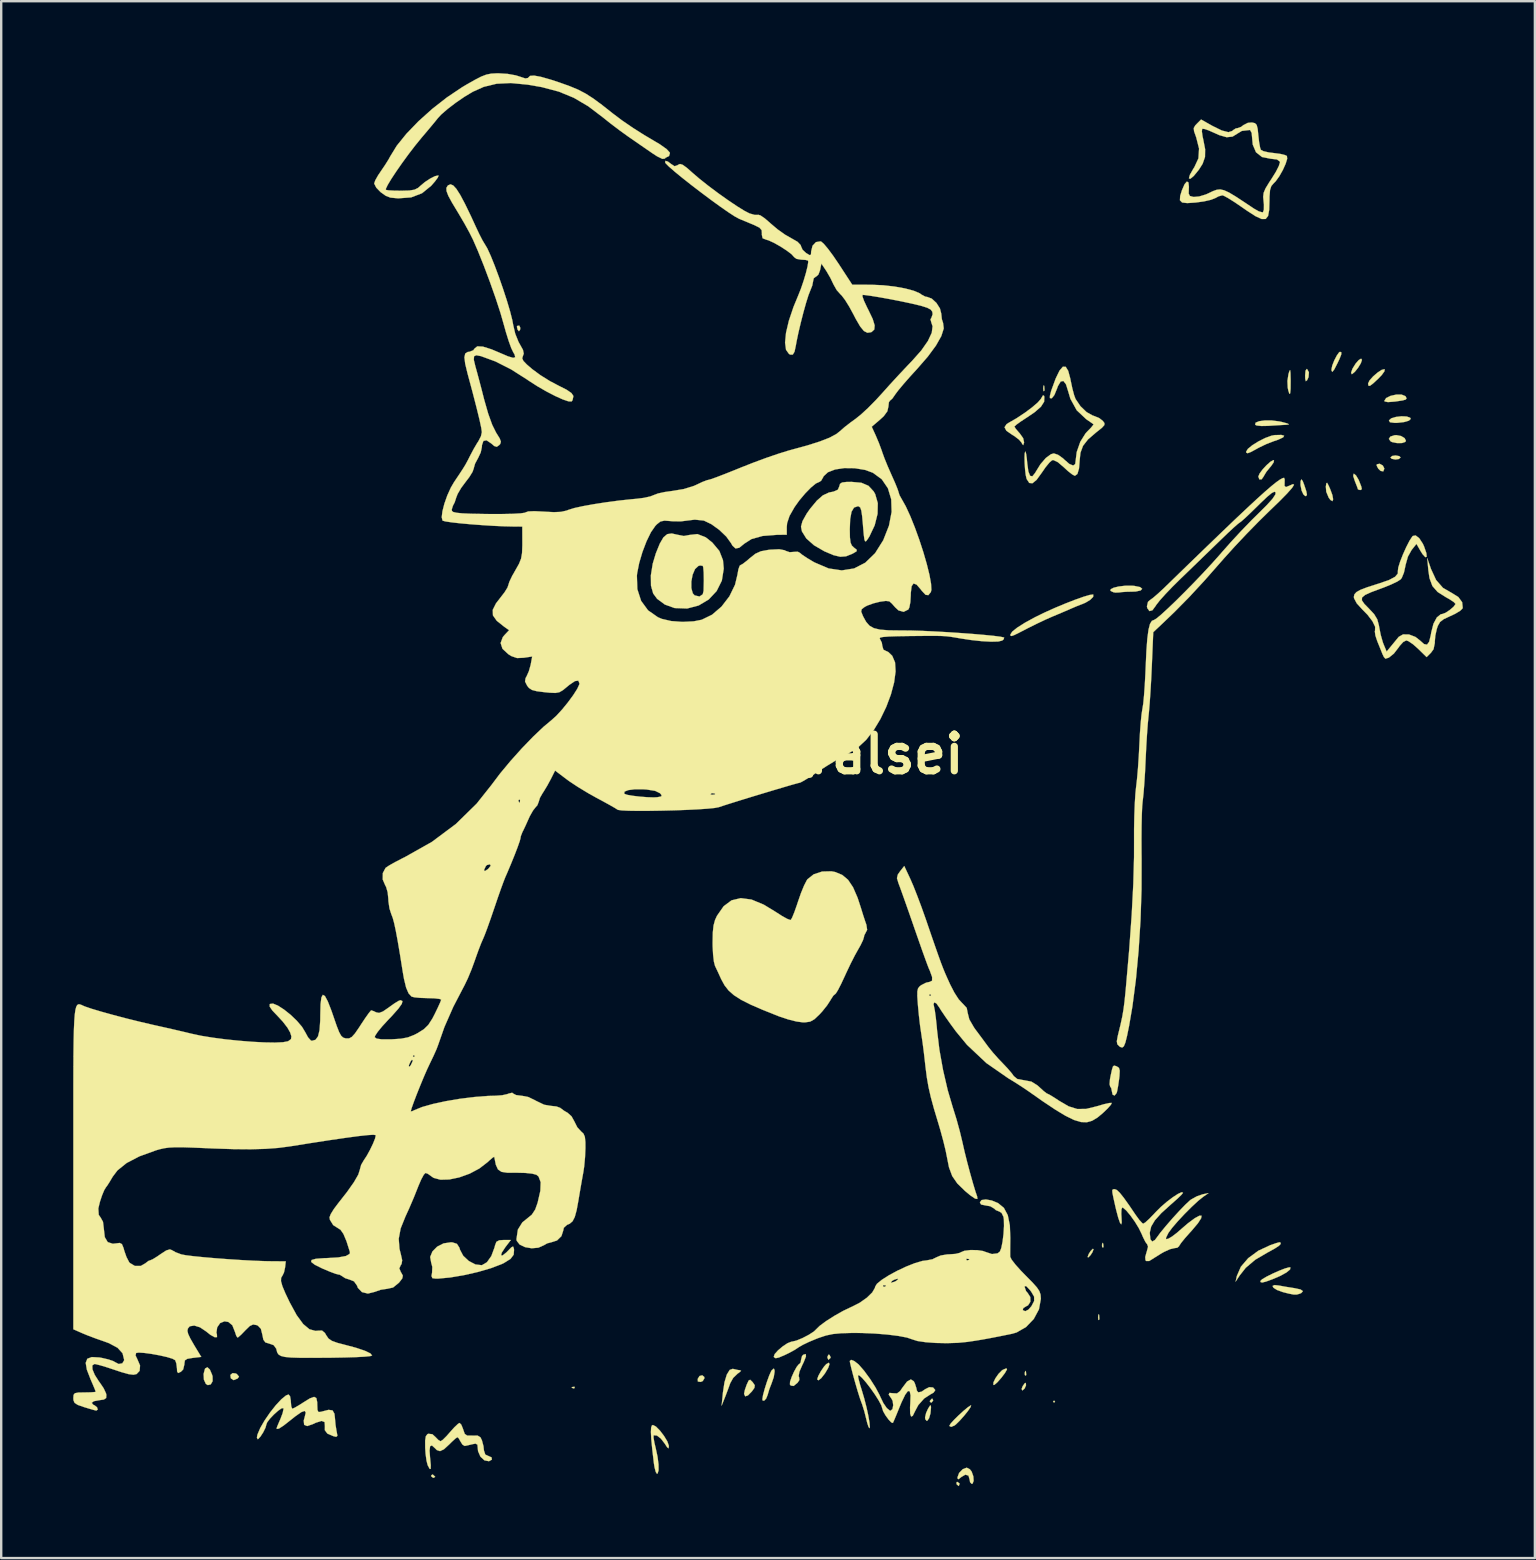
<source format=kicad_pcb>
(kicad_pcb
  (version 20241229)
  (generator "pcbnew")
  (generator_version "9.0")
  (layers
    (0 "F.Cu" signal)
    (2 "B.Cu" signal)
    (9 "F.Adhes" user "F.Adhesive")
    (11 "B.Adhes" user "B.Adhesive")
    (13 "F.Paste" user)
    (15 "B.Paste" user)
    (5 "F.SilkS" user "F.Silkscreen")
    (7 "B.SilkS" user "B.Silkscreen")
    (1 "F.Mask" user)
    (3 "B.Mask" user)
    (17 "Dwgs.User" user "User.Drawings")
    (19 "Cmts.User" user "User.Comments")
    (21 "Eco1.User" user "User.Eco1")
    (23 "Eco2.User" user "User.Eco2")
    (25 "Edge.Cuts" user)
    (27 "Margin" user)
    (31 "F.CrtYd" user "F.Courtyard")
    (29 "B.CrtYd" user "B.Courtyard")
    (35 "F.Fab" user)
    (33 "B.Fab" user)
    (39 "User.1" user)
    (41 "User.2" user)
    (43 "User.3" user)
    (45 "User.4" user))
  (footprint "woosh_ralsei"
    (layer "F.Cu")
    (at 29.808 28.368)
    (property "Reference" "woosh_ralsei" (at 0 0 0) (layer "F.SilkS") (effects (font (size 1.524 1.524) (thickness 0.3))))
    (attr through_hole)
    (fp_poly (pts (xy 11.091 26.966) (xy 11.049 27.009) (xy 11.007 26.966) (xy 11.049 26.924) (xy 11.091 26.966)) (stroke (width 0.01) (type solid)) (fill yes) (layer "F.SilkS"))
    (fp_poly (pts (xy -8.918 26.36) (xy -8.93 26.41) (xy -8.975 26.416) (xy -9.044 26.385) (xy -9.031 26.36) (xy -8.931 26.349) (xy -8.918 26.36)) (stroke (width 0.01) (type solid)) (fill yes) (layer "F.SilkS"))
    (fp_poly (pts (xy 9.879 25.723) (xy 9.889 25.855) (xy 9.872 25.885) (xy 9.834 25.86) (xy 9.828 25.774) (xy 9.849 25.684) (xy 9.879 25.723)) (stroke (width 0.01) (type solid)) (fill yes) (layer "F.SilkS"))
    (fp_poly (pts (xy 10.639 -15.346) (xy 10.651 -15.172) (xy 10.639 -15.134) (xy 10.609 -15.124) (xy 10.597 -15.24) (xy 10.61 -15.36) (xy 10.639 -15.346)) (stroke (width 0.01) (type solid)) (fill yes) (layer "F.SilkS"))
    (fp_poly (pts (xy 12.925 23.347) (xy 12.937 23.52) (xy 12.925 23.558) (xy 12.895 23.569) (xy 12.883 23.453) (xy 12.896 23.332) (xy 12.925 23.347)) (stroke (width 0.01) (type solid)) (fill yes) (layer "F.SilkS"))
    (fp_poly (pts (xy 13.097 20.389) (xy 13.107 20.521) (xy 13.09 20.551) (xy 13.051 20.526) (xy 13.045 20.44) (xy 13.066 20.35) (xy 13.097 20.389)) (stroke (width 0.01) (type solid)) (fill yes) (layer "F.SilkS"))
    (fp_poly (pts (xy -11.184 -17.762) (xy -11.194 -17.684) (xy -11.241 -17.62) (xy -11.296 -17.684) (xy -11.327 -17.809) (xy -11.311 -17.842) (xy -11.228 -17.856) (xy -11.184 -17.762)) (stroke (width 0.01) (type solid)) (fill yes) (layer "F.SilkS"))
    (fp_poly (pts (xy 1.695 25.02) (xy 1.744 25.121) (xy 1.732 25.152) (xy 1.65 25.227) (xy 1.61 25.141) (xy 1.609 25.099) (xy 1.65 25.011) (xy 1.695 25.02)) (stroke (width 0.01) (type solid)) (fill yes) (layer "F.SilkS"))
    (fp_poly (pts (xy -14.817 30.014) (xy -14.736 30.09) (xy -14.732 30.104) (xy -14.798 30.14) (xy -14.817 30.141) (xy -14.898 30.076) (xy -14.901 30.052) (xy -14.849 30.001) (xy -14.817 30.014)) (stroke (width 0.01) (type solid)) (fill yes) (layer "F.SilkS"))
    (fp_poly (pts (xy -3.522 25.938) (xy -3.514 25.992) (xy -3.584 26.11) (xy -3.67 26.147) (xy -3.788 26.13) (xy -3.795 26.022) (xy -3.72 25.9) (xy -3.605 25.87) (xy -3.522 25.938)) (stroke (width 0.01) (type solid)) (fill yes) (layer "F.SilkS"))
    (fp_poly (pts (xy 6.01 26.905) (xy 6.011 26.924) (xy 5.946 27.005) (xy 5.922 27.009) (xy 5.871 26.957) (xy 5.884 26.924) (xy 5.96 26.843) (xy 5.974 26.839) (xy 6.01 26.905)) (stroke (width 0.01) (type solid)) (fill yes) (layer "F.SilkS"))
    (fp_poly (pts (xy 7.109 30.372) (xy 7.112 30.395) (xy 7.083 30.478) (xy 7.075 30.48) (xy 7.002 30.421) (xy 6.985 30.395) (xy 6.992 30.317) (xy 7.022 30.311) (xy 7.109 30.372)) (stroke (width 0.01) (type solid)) (fill yes) (layer "F.SilkS"))
    (fp_poly (pts (xy 9.881 26.29) (xy 9.819 26.426) (xy 9.731 26.5) (xy 9.725 26.501) (xy 9.698 26.439) (xy 9.741 26.324) (xy 9.826 26.203) (xy 9.873 26.185) (xy 9.881 26.29)) (stroke (width 0.01) (type solid)) (fill yes) (layer "F.SilkS"))
    (fp_poly (pts (xy 12.695 20.616) (xy 12.648 20.744) (xy 12.57 20.865) (xy 12.478 20.959) (xy 12.446 20.945) (xy 12.493 20.817) (xy 12.57 20.696) (xy 12.662 20.602) (xy 12.695 20.616)) (stroke (width 0.01) (type solid)) (fill yes) (layer "F.SilkS"))
    (fp_poly (pts (xy 25.432 -12.417) (xy 25.485 -12.361) (xy 25.412 -12.298) (xy 25.273 -12.277) (xy 25.114 -12.306) (xy 25.061 -12.361) (xy 25.134 -12.425) (xy 25.273 -12.446) (xy 25.432 -12.417)) (stroke (width 0.01) (type solid)) (fill yes) (layer "F.SilkS"))
    (fp_poly (pts (xy 21.59 -16.044) (xy 21.665 -15.911) (xy 21.65 -15.71) (xy 21.59 -15.579) (xy 21.536 -15.537) (xy 21.511 -15.639) (xy 21.507 -15.774) (xy 21.525 -15.978) (xy 21.575 -16.05) (xy 21.59 -16.044)) (stroke (width 0.01) (type solid)) (fill yes) (layer "F.SilkS"))
    (fp_poly (pts (xy 24.745 -12.026) (xy 24.807 -11.901) (xy 24.807 -11.898) (xy 24.763 -11.782) (xy 24.651 -11.803) (xy 24.552 -11.898) (xy 24.486 -12.025) (xy 24.495 -12.078) (xy 24.614 -12.1) (xy 24.745 -12.026)) (stroke (width 0.01) (type solid)) (fill yes) (layer "F.SilkS"))
    (fp_poly (pts (xy -23.028 25.796) (xy -22.987 25.824) (xy -22.901 25.926) (xy -22.96 26.004) (xy -22.962 26.005) (xy -23.126 26.072) (xy -23.234 26.004) (xy -23.246 25.985) (xy -23.261 25.855) (xy -23.169 25.779) (xy -23.028 25.796)) (stroke (width 0.01) (type solid)) (fill yes) (layer "F.SilkS"))
    (fp_poly (pts (xy 5.917 27.135) (xy 5.923 27.22) (xy 5.901 27.459) (xy 5.842 27.661) (xy 5.766 27.766) (xy 5.747 27.771) (xy 5.685 27.701) (xy 5.676 27.622) (xy 5.719 27.44) (xy 5.8 27.263) (xy 5.885 27.128) (xy 5.917 27.135)) (stroke (width 0.01) (type solid)) (fill yes) (layer "F.SilkS"))
    (fp_poly (pts (xy 21.41 -11.374) (xy 21.471 -11.214) (xy 21.557 -10.952) (xy 21.583 -10.812) (xy 21.553 -10.758) (xy 21.514 -10.753) (xy 21.435 -10.824) (xy 21.36 -10.986) (xy 21.315 -11.216) (xy 21.319 -11.383) (xy 21.355 -11.45) (xy 21.41 -11.374)) (stroke (width 0.01) (type solid)) (fill yes) (layer "F.SilkS"))
    (fp_poly (pts (xy 22.487 -11.189) (xy 22.548 -11.053) (xy 22.642 -10.798) (xy 22.674 -10.62) (xy 22.646 -10.542) (xy 22.564 -10.589) (xy 22.491 -10.684) (xy 22.388 -10.931) (xy 22.37 -11.149) (xy 22.392 -11.29) (xy 22.424 -11.307) (xy 22.487 -11.189)) (stroke (width 0.01) (type solid)) (fill yes) (layer "F.SilkS"))
    (fp_poly (pts (xy -24.115 25.632) (xy -24.021 25.853) (xy -24.004 25.915) (xy -24.001 26.115) (xy -24.079 26.249) (xy -24.202 26.279) (xy -24.284 26.228) (xy -24.364 26.053) (xy -24.377 25.814) (xy -24.32 25.601) (xy -24.312 25.586) (xy -24.218 25.536) (xy -24.115 25.632)) (stroke (width 0.01) (type solid)) (fill yes) (layer "F.SilkS"))
    (fp_poly (pts (xy 9.09 25.624) (xy 9.002 25.777) (xy 8.855 25.972) (xy 8.691 26.159) (xy 8.567 26.266) (xy 8.523 26.275) (xy 8.523 26.17) (xy 8.605 25.998) (xy 8.734 25.812) (xy 8.875 25.669) (xy 8.918 25.64) (xy 9.062 25.58) (xy 9.09 25.624)) (stroke (width 0.01) (type solid)) (fill yes) (layer "F.SilkS"))
    (fp_poly (pts (xy 20.897 -15.888) (xy 20.904 -15.628) (xy 20.905 -15.557) (xy 20.902 -15.216) (xy 20.884 -15.032) (xy 20.852 -15.01) (xy 20.807 -15.151) (xy 20.783 -15.267) (xy 20.77 -15.552) (xy 20.814 -15.838) (xy 20.858 -15.976) (xy 20.884 -15.998) (xy 20.897 -15.888)) (stroke (width 0.01) (type solid)) (fill yes) (layer "F.SilkS"))
    (fp_poly (pts (xy 23.876 -16.428) (xy 23.828 -16.287) (xy 23.715 -16.101) (xy 23.579 -15.931) (xy 23.465 -15.837) (xy 23.445 -15.833) (xy 23.423 -15.897) (xy 23.477 -16.052) (xy 23.487 -16.072) (xy 23.613 -16.275) (xy 23.741 -16.42) (xy 23.839 -16.478) (xy 23.876 -16.428)) (stroke (width 0.01) (type solid)) (fill yes) (layer "F.SilkS"))
    (fp_poly (pts (xy 25.506 -13.255) (xy 25.654 -13.165) (xy 25.706 -13.059) (xy 25.681 -13.01) (xy 25.544 -12.963) (xy 25.332 -12.962) (xy 25.13 -13.003) (xy 25.072 -13.03) (xy 24.995 -13.135) (xy 25.058 -13.232) (xy 25.231 -13.288) (xy 25.31 -13.293) (xy 25.506 -13.255)) (stroke (width 0.01) (type solid)) (fill yes) (layer "F.SilkS"))
    (fp_poly (pts (xy 25.739 -14.068) (xy 25.881 -14.019) (xy 25.908 -13.97) (xy 25.831 -13.896) (xy 25.63 -13.837) (xy 25.351 -13.805) (xy 25.245 -13.802) (xy 25.041 -13.828) (xy 24.998 -13.906) (xy 25.096 -13.993) (xy 25.291 -14.051) (xy 25.523 -14.078) (xy 25.739 -14.068)) (stroke (width 0.01) (type solid)) (fill yes) (layer "F.SilkS"))
    (fp_poly (pts (xy 1.695 25.408) (xy 1.641 25.563) (xy 1.51 25.786) (xy 1.503 25.796) (xy 1.35 25.991) (xy 1.236 26.079) (xy 1.186 26.044) (xy 1.185 26.031) (xy 1.231 25.894) (xy 1.34 25.695) (xy 1.471 25.503) (xy 1.561 25.405) (xy 1.67 25.346) (xy 1.695 25.408)) (stroke (width 0.01) (type solid)) (fill yes) (layer "F.SilkS"))
    (fp_poly (pts (xy 23.018 -16.74) (xy 23.011 -16.647) (xy 22.934 -16.455) (xy 22.852 -16.283) (xy 22.723 -16.032) (xy 22.645 -15.93) (xy 22.61 -15.968) (xy 22.606 -16.041) (xy 22.64 -16.2) (xy 22.724 -16.41) (xy 22.828 -16.61) (xy 22.923 -16.742) (xy 22.96 -16.764) (xy 23.018 -16.74)) (stroke (width 0.01) (type solid)) (fill yes) (layer "F.SilkS"))
    (fp_poly (pts (xy -1.516 26.145) (xy -1.504 26.159) (xy -1.418 26.284) (xy -1.432 26.393) (xy -1.535 26.538) (xy -1.701 26.708) (xy -1.816 26.747) (xy -1.863 26.648) (xy -1.863 26.637) (xy -1.831 26.481) (xy -1.756 26.266) (xy -1.753 26.259) (xy -1.673 26.088) (xy -1.609 26.056) (xy -1.516 26.145)) (stroke (width 0.01) (type solid)) (fill yes) (layer "F.SilkS"))
    (fp_poly (pts (xy 24.82 -16.037) (xy 24.813 -15.954) (xy 24.7 -15.797) (xy 24.564 -15.654) (xy 24.339 -15.445) (xy 24.208 -15.347) (xy 24.146 -15.35) (xy 24.13 -15.44) (xy 24.13 -15.443) (xy 24.189 -15.569) (xy 24.334 -15.733) (xy 24.517 -15.893) (xy 24.692 -16.009) (xy 24.812 -16.04) (xy 24.82 -16.037)) (stroke (width 0.01) (type solid)) (fill yes) (layer "F.SilkS"))
    (fp_poly (pts (xy 25.679 -14.92) (xy 25.7 -14.896) (xy 25.733 -14.822) (xy 25.698 -14.774) (xy 25.563 -14.737) (xy 25.296 -14.697) (xy 25.252 -14.691) (xy 24.957 -14.668) (xy 24.818 -14.697) (xy 24.807 -14.721) (xy 24.882 -14.838) (xy 25.066 -14.928) (xy 25.299 -14.98) (xy 25.524 -14.981) (xy 25.679 -14.92)) (stroke (width 0.01) (type solid)) (fill yes) (layer "F.SilkS"))
    (fp_poly (pts (xy 20.211 -12.245) (xy 20.195 -12.155) (xy 20.088 -12) (xy 20.051 -11.958) (xy 19.893 -11.763) (xy 19.791 -11.594) (xy 19.785 -11.578) (xy 19.696 -11.451) (xy 19.601 -11.448) (xy 19.558 -11.565) (xy 19.609 -11.691) (xy 19.737 -11.864) (xy 19.902 -12.042) (xy 20.063 -12.185) (xy 20.182 -12.251) (xy 20.211 -12.245)) (stroke (width 0.01) (type solid)) (fill yes) (layer "F.SilkS"))
    (fp_poly (pts (xy 20.895 21.377) (xy 20.879 21.464) (xy 20.73 21.587) (xy 20.472 21.73) (xy 20.157 21.865) (xy 19.877 21.967) (xy 19.72 22.006) (xy 19.653 21.988) (xy 19.643 21.944) (xy 19.714 21.872) (xy 19.898 21.763) (xy 20.148 21.638) (xy 20.418 21.518) (xy 20.664 21.422) (xy 20.839 21.373) (xy 20.895 21.377)) (stroke (width 0.01) (type solid)) (fill yes) (layer "F.SilkS"))
    (fp_poly (pts (xy 23.628 -11.613) (xy 23.732 -11.439) (xy 23.753 -11.39) (xy 23.844 -11.161) (xy 23.869 -11.048) (xy 23.831 -11.01) (xy 23.791 -11.007) (xy 23.709 -11.031) (xy 23.707 -11.039) (xy 23.677 -11.13) (xy 23.604 -11.316) (xy 23.579 -11.377) (xy 23.51 -11.59) (xy 23.528 -11.682) (xy 23.541 -11.684) (xy 23.628 -11.613)) (stroke (width 0.01) (type solid)) (fill yes) (layer "F.SilkS"))
    (fp_poly (pts (xy 7.567 27.204) (xy 7.456 27.364) (xy 7.296 27.563) (xy 7.12 27.76) (xy 6.964 27.914) (xy 6.906 27.96) (xy 6.763 28.02) (xy 6.69 27.983) (xy 6.689 27.969) (xy 6.744 27.879) (xy 6.887 27.722) (xy 7.078 27.534) (xy 7.282 27.348) (xy 7.46 27.201) (xy 7.575 27.126) (xy 7.595 27.125) (xy 7.567 27.204)) (stroke (width 0.01) (type solid)) (fill yes) (layer "F.SilkS"))
    (fp_poly (pts (xy 20.122 -13.903) (xy 20.43 -13.864) (xy 20.532 -13.842) (xy 20.759 -13.781) (xy 20.834 -13.746) (xy 20.767 -13.728) (xy 20.701 -13.723) (xy 20.471 -13.71) (xy 20.158 -13.691) (xy 19.961 -13.678) (xy 19.69 -13.673) (xy 19.493 -13.693) (xy 19.426 -13.724) (xy 19.443 -13.81) (xy 19.59 -13.872) (xy 19.829 -13.904) (xy 20.122 -13.903)) (stroke (width 0.01) (type solid)) (fill yes) (layer "F.SilkS"))
    (fp_poly (pts (xy 20.414 22.131) (xy 20.693 22.182) (xy 21.01 22.232) (xy 21.061 22.24) (xy 21.316 22.295) (xy 21.415 22.364) (xy 21.351 22.441) (xy 21.287 22.47) (xy 21.163 22.506) (xy 21.025 22.506) (xy 20.819 22.466) (xy 20.58 22.405) (xy 20.339 22.318) (xy 20.191 22.225) (xy 20.15 22.149) (xy 20.231 22.112) (xy 20.414 22.131)) (stroke (width 0.01) (type solid)) (fill yes) (layer "F.SilkS"))
    (fp_poly (pts (xy -2.316 25.605) (xy -2.113 25.651) (xy -2.046 25.656) (xy -1.987 25.683) (xy -2.077 25.764) (xy -2.128 25.797) (xy -2.317 25.979) (xy -2.439 26.197) (xy -2.531 26.452) (xy -2.642 26.745) (xy -2.663 26.797) (xy -2.798 27.136) (xy -2.744 26.585) (xy -2.679 26.159) (xy -2.582 25.839) (xy -2.463 25.646) (xy -2.331 25.6) (xy -2.316 25.605)) (stroke (width 0.01) (type solid)) (fill yes) (layer "F.SilkS"))
    (fp_poly (pts (xy 7.542 29.785) (xy 7.617 29.882) (xy 7.687 30.081) (xy 7.699 30.269) (xy 7.654 30.384) (xy 7.62 30.395) (xy 7.551 30.325) (xy 7.535 30.231) (xy 7.485 30.05) (xy 7.355 30.009) (xy 7.191 30.104) (xy 7.072 30.199) (xy 7.031 30.175) (xy 7.027 30.118) (xy 7.094 29.937) (xy 7.248 29.78) (xy 7.411 29.718) (xy 7.542 29.785)) (stroke (width 0.01) (type solid)) (fill yes) (layer "F.SilkS"))
    (fp_poly (pts (xy 14.389 -7.013) (xy 14.633 -6.963) (xy 14.72 -6.891) (xy 14.657 -6.822) (xy 14.451 -6.778) (xy 14.323 -6.773) (xy 14.053 -6.767) (xy 13.846 -6.752) (xy 13.786 -6.741) (xy 13.609 -6.733) (xy 13.525 -6.747) (xy 13.397 -6.807) (xy 13.409 -6.873) (xy 13.532 -6.936) (xy 13.74 -6.987) (xy 14.003 -7.018) (xy 14.292 -7.02) (xy 14.389 -7.013)) (stroke (width 0.01) (type solid)) (fill yes) (layer "F.SilkS"))
    (fp_poly (pts (xy -0.594 25.659) (xy -0.593 25.729) (xy -0.627 25.945) (xy -0.711 26.19) (xy -0.712 26.192) (xy -0.813 26.454) (xy -0.883 26.691) (xy -0.945 26.842) (xy -1.028 26.929) (xy -1.09 26.92) (xy -1.101 26.866) (xy -1.074 26.697) (xy -1.005 26.438) (xy -0.913 26.147) (xy -0.817 25.881) (xy -0.734 25.697) (xy -0.708 25.657) (xy -0.622 25.587) (xy -0.594 25.659)) (stroke (width 0.01) (type solid)) (fill yes) (layer "F.SilkS"))
    (fp_poly (pts (xy 20.482 20.341) (xy 20.489 20.395) (xy 20.489 20.399) (xy 20.419 20.474) (xy 20.235 20.595) (xy 19.976 20.738) (xy 19.96 20.745) (xy 19.43 21.056) (xy 19.034 21.392) (xy 18.777 21.717) (xy 18.611 21.971) (xy 18.665 21.73) (xy 18.831 21.348) (xy 19.138 20.99) (xy 19.558 20.681) (xy 20.055 20.45) (xy 20.305 20.364) (xy 20.434 20.329) (xy 20.482 20.341)) (stroke (width 0.01) (type solid)) (fill yes) (layer "F.SilkS"))
    (fp_poly (pts (xy 20.634 -13.268) (xy 20.593 -13.2) (xy 20.391 -13.105) (xy 20.193 -13.037) (xy 19.896 -12.923) (xy 19.581 -12.771) (xy 19.508 -12.731) (xy 19.254 -12.592) (xy 19.113 -12.538) (xy 19.056 -12.563) (xy 19.05 -12.602) (xy 19.122 -12.72) (xy 19.307 -12.872) (xy 19.562 -13.031) (xy 19.842 -13.172) (xy 20.101 -13.268) (xy 20.235 -13.294) (xy 20.516 -13.301) (xy 20.634 -13.268)) (stroke (width 0.01) (type solid)) (fill yes) (layer "F.SilkS"))
    (fp_poly (pts (xy 13.63 12.991) (xy 13.67 13.007) (xy 13.753 13.064) (xy 13.785 13.18) (xy 13.774 13.4) (xy 13.759 13.53) (xy 13.719 13.81) (xy 13.678 14.03) (xy 13.657 14.11) (xy 13.57 14.218) (xy 13.487 14.178) (xy 13.462 14.06) (xy 13.429 13.901) (xy 13.389 13.85) (xy 13.362 13.748) (xy 13.378 13.538) (xy 13.404 13.4) (xy 13.461 13.139) (xy 13.503 13.006) (xy 13.551 12.969) (xy 13.63 12.991)) (stroke (width 0.01) (type solid)) (fill yes) (layer "F.SilkS"))
    (fp_poly (pts (xy 0.715 25.084) (xy 0.624 25.317) (xy 0.558 25.452) (xy 0.44 25.726) (xy 0.41 25.904) (xy 0.427 25.945) (xy 0.44 26.066) (xy 0.367 26.178) (xy 0.202 26.315) (xy 0.084 26.299) (xy 0.046 26.252) (xy 0.052 26.139) (xy 0.119 25.941) (xy 0.22 25.716) (xy 0.329 25.519) (xy 0.419 25.408) (xy 0.44 25.4) (xy 0.496 25.329) (xy 0.508 25.236) (xy 0.55 25.072) (xy 0.598 25.016) (xy 0.706 24.984) (xy 0.715 25.084)) (stroke (width 0.01) (type solid)) (fill yes) (layer "F.SilkS"))
    (fp_poly (pts (xy -5.532 28.007) (xy -5.365 28.177) (xy -5.196 28.399) (xy -5.06 28.624) (xy -4.997 28.804) (xy -4.996 28.823) (xy -5.01 28.912) (xy -5.067 28.871) (xy -5.165 28.72) (xy -5.329 28.507) (xy -5.493 28.38) (xy -5.619 28.369) (xy -5.633 28.38) (xy -5.634 28.476) (xy -5.597 28.685) (xy -5.545 28.903) (xy -5.468 29.262) (xy -5.427 29.581) (xy -5.425 29.826) (xy -5.464 29.959) (xy -5.493 29.972) (xy -5.543 29.896) (xy -5.594 29.7) (xy -5.621 29.527) (xy -5.688 28.954) (xy -5.729 28.529) (xy -5.744 28.234) (xy -5.735 28.05) (xy -5.702 27.959) (xy -5.66 27.94) (xy -5.532 28.007)) (stroke (width 0.01) (type solid)) (fill yes) (layer "F.SilkS"))
    (fp_poly (pts (xy 12.684 -6.648) (xy 12.678 -6.556) (xy 12.555 -6.432) (xy 12.355 -6.311) (xy 12.253 -6.268) (xy 11.972 -6.158) (xy 11.726 -6.052) (xy 11.503 -5.955) (xy 11.204 -5.828) (xy 11.007 -5.746) (xy 10.694 -5.609) (xy 10.313 -5.428) (xy 9.942 -5.243) (xy 9.923 -5.233) (xy 9.598 -5.065) (xy 9.394 -4.965) (xy 9.284 -4.925) (xy 9.238 -4.933) (xy 9.229 -4.979) (xy 9.229 -4.985) (xy 9.304 -5.105) (xy 9.514 -5.274) (xy 9.839 -5.48) (xy 10.257 -5.708) (xy 10.649 -5.9) (xy 11.082 -6.095) (xy 11.516 -6.276) (xy 11.921 -6.434) (xy 12.267 -6.557) (xy 12.526 -6.634) (xy 12.669 -6.654) (xy 12.684 -6.648)) (stroke (width 0.01) (type solid)) (fill yes) (layer "F.SilkS"))
    (fp_poly (pts (xy 10.631 -14.934) (xy 10.645 -14.885) (xy 10.635 -14.684) (xy 10.501 -14.474) (xy 10.23 -14.239) (xy 9.945 -14.046) (xy 9.685 -13.876) (xy 9.491 -13.737) (xy 9.401 -13.656) (xy 9.398 -13.65) (xy 9.451 -13.561) (xy 9.582 -13.407) (xy 9.617 -13.369) (xy 9.762 -13.166) (xy 9.801 -12.991) (xy 9.8 -12.984) (xy 9.764 -12.875) (xy 9.719 -12.929) (xy 9.699 -12.975) (xy 9.588 -13.106) (xy 9.387 -13.258) (xy 9.304 -13.308) (xy 9.063 -13.475) (xy 8.986 -13.62) (xy 9.071 -13.751) (xy 9.165 -13.81) (xy 9.492 -13.998) (xy 9.828 -14.221) (xy 10.134 -14.449) (xy 10.372 -14.654) (xy 10.504 -14.807) (xy 10.509 -14.817) (xy 10.587 -14.949) (xy 10.631 -14.934)) (stroke (width 0.01) (type solid)) (fill yes) (layer "F.SilkS"))
    (fp_poly (pts (xy -4.677 -9.151) (xy -4.372 -9.091) (xy -4.128 -9.136) (xy -3.806 -9.171) (xy -3.464 -9.038) (xy -3.189 -8.821) (xy -2.893 -8.468) (xy -2.742 -8.083) (xy -2.71 -7.73) (xy -2.789 -7.233) (xy -3.006 -6.798) (xy -3.336 -6.446) (xy -3.754 -6.197) (xy -4.233 -6.071) (xy -4.748 -6.089) (xy -4.768 -6.093) (xy -5.163 -6.235) (xy -5.487 -6.475) (xy -5.65 -6.697) (xy -5.741 -7.024) (xy -5.743 -7.194) (xy -4.06 -7.194) (xy -4.06 -6.916) (xy -3.998 -6.699) (xy -3.921 -6.617) (xy -3.72 -6.57) (xy -3.585 -6.664) (xy -3.55 -6.804) (xy -3.54 -7.241) (xy -3.546 -7.578) (xy -3.565 -7.789) (xy -3.585 -7.847) (xy -3.695 -7.863) (xy -3.765 -7.844) (xy -3.906 -7.713) (xy -4.007 -7.478) (xy -4.06 -7.194) (xy -5.743 -7.194) (xy -5.746 -7.453) (xy -5.668 -7.94) (xy -5.538 -8.371) (xy -5.373 -8.776) (xy -5.221 -9.036) (xy -5.062 -9.169) (xy -4.874 -9.196) (xy -4.677 -9.151)) (stroke (width 0.01) (type solid)) (fill yes) (layer "F.SilkS"))
    (fp_poly (pts (xy -11.81 20.537) (xy -11.954 20.757) (xy -11.987 20.874) (xy -11.918 20.875) (xy -11.757 20.745) (xy -11.707 20.693) (xy -11.557 20.54) (xy -11.486 20.504) (xy -11.456 20.575) (xy -11.445 20.642) (xy -11.461 20.847) (xy -11.591 21.02) (xy -11.858 21.188) (xy -11.968 21.241) (xy -12.406 21.408) (xy -12.949 21.566) (xy -13.537 21.7) (xy -14.107 21.796) (xy -14.598 21.842) (xy -14.698 21.844) (xy -14.846 21.826) (xy -14.884 21.736) (xy -14.86 21.595) (xy -14.85 21.355) (xy -14.898 21.172) (xy -14.939 20.941) (xy -14.845 20.711) (xy -14.648 20.512) (xy -14.38 20.375) (xy -14.073 20.33) (xy -14.005 20.335) (xy -13.823 20.395) (xy -13.722 20.554) (xy -13.697 20.638) (xy -13.563 20.891) (xy -13.331 21.109) (xy -13.056 21.253) (xy -12.793 21.284) (xy -12.779 21.281) (xy -12.573 21.159) (xy -12.391 20.902) (xy -12.257 20.541) (xy -12.24 20.468) (xy -12.181 20.31) (xy -12.06 20.246) (xy -11.884 20.235) (xy -11.579 20.235) (xy -11.81 20.537)) (stroke (width 0.01) (type solid)) (fill yes) (layer "F.SilkS"))
    (fp_poly (pts (xy 3.024 -11.308) (xy 3.319 -11.182) (xy 3.534 -10.95) (xy 3.599 -10.836) (xy 3.706 -10.462) (xy 3.697 -10.014) (xy 3.578 -9.537) (xy 3.358 -9.073) (xy 3.29 -8.967) (xy 3.225 -8.88) (xy 3.18 -8.865) (xy 3.149 -8.945) (xy 3.123 -9.144) (xy 3.093 -9.486) (xy 3.089 -9.546) (xy 3.055 -9.918) (xy 3.02 -10.151) (xy 2.976 -10.276) (xy 2.914 -10.324) (xy 2.871 -10.329) (xy 2.716 -10.275) (xy 2.613 -10.101) (xy 2.556 -9.792) (xy 2.54 -9.366) (xy 2.546 -9.029) (xy 2.571 -8.819) (xy 2.626 -8.692) (xy 2.718 -8.605) (xy 2.83 -8.517) (xy 2.823 -8.454) (xy 2.682 -8.369) (xy 2.638 -8.347) (xy 2.386 -8.245) (xy 2.142 -8.226) (xy 1.858 -8.294) (xy 1.483 -8.453) (xy 1.478 -8.455) (xy 1.047 -8.706) (xy 0.729 -8.989) (xy 0.546 -9.284) (xy 0.508 -9.481) (xy 0.57 -9.71) (xy 0.745 -10.023) (xy 0.883 -10.219) (xy 1.168 -10.564) (xy 1.418 -10.783) (xy 1.671 -10.902) (xy 1.863 -10.94) (xy 2.045 -11.02) (xy 2.101 -11.155) (xy 2.134 -11.263) (xy 2.219 -11.32) (xy 2.401 -11.342) (xy 2.612 -11.345) (xy 3.024 -11.308)) (stroke (width 0.01) (type solid)) (fill yes) (layer "F.SilkS"))
    (fp_poly (pts (xy -13.642 27.928) (xy -13.57 28.106) (xy -13.563 28.131) (xy -13.498 28.312) (xy -13.395 28.382) (xy -13.191 28.382) (xy -13.179 28.381) (xy -12.962 28.382) (xy -12.846 28.452) (xy -12.784 28.577) (xy -12.719 28.822) (xy -12.7 28.998) (xy -12.643 29.172) (xy -12.527 29.225) (xy -12.381 29.29) (xy -12.369 29.384) (xy -12.49 29.45) (xy -12.68 29.413) (xy -12.846 29.258) (xy -12.944 29.033) (xy -12.954 28.934) (xy -12.97 28.761) (xy -13.05 28.716) (xy -13.185 28.742) (xy -13.385 28.79) (xy -13.5 28.814) (xy -13.594 28.758) (xy -13.669 28.639) (xy -13.752 28.493) (xy -13.804 28.448) (xy -13.886 28.504) (xy -14.04 28.645) (xy -14.139 28.744) (xy -14.365 28.952) (xy -14.529 29.029) (xy -14.662 28.985) (xy -14.732 28.914) (xy -14.865 28.793) (xy -14.942 28.824) (xy -14.965 29.01) (xy -14.944 29.295) (xy -14.914 29.612) (xy -14.918 29.769) (xy -14.958 29.772) (xy -15.037 29.627) (xy -15.044 29.612) (xy -15.092 29.426) (xy -15.13 29.141) (xy -15.147 28.892) (xy -15.148 28.588) (xy -15.121 28.412) (xy -15.057 28.325) (xy -15.02 28.306) (xy -14.847 28.325) (xy -14.726 28.434) (xy -14.593 28.569) (xy -14.504 28.617) (xy -14.413 28.557) (xy -14.256 28.401) (xy -14.111 28.236) (xy -13.927 28.031) (xy -13.779 27.893) (xy -13.714 27.855) (xy -13.642 27.928)) (stroke (width 0.01) (type solid)) (fill yes) (layer "F.SilkS"))
    (fp_poly (pts (xy -20.775 26.744) (xy -20.744 26.927) (xy -20.743 26.966) (xy -20.727 27.162) (xy -20.688 27.26) (xy -20.68 27.262) (xy -20.579 27.219) (xy -20.388 27.107) (xy -20.235 27.009) (xy -19.951 26.833) (xy -19.774 26.769) (xy -19.68 26.819) (xy -19.645 26.988) (xy -19.643 27.099) (xy -19.634 27.315) (xy -19.592 27.4) (xy -19.491 27.393) (xy -19.452 27.381) (xy -19.17 27.309) (xy -19.005 27.333) (xy -18.927 27.47) (xy -18.907 27.644) (xy -18.881 27.934) (xy -18.838 28.199) (xy -18.832 28.225) (xy -18.803 28.391) (xy -18.854 28.434) (xy -18.975 28.405) (xy -19.222 28.298) (xy -19.327 28.157) (xy -19.325 27.982) (xy -19.337 27.817) (xy -19.462 27.771) (xy -19.703 27.846) (xy -19.826 27.905) (xy -20.061 27.985) (xy -20.189 27.934) (xy -20.206 27.757) (xy -20.166 27.608) (xy -20.122 27.424) (xy -20.164 27.354) (xy -20.302 27.402) (xy -20.543 27.569) (xy -20.743 27.728) (xy -21.045 27.965) (xy -21.236 28.089) (xy -21.326 28.105) (xy -21.336 28.076) (xy -21.304 27.986) (xy -21.224 27.796) (xy -21.172 27.678) (xy -21.085 27.447) (xy -21.049 27.279) (xy -21.055 27.238) (xy -21.132 27.248) (xy -21.278 27.351) (xy -21.453 27.508) (xy -21.618 27.682) (xy -21.731 27.834) (xy -21.759 27.908) (xy -21.799 28.053) (xy -21.894 28.246) (xy -22.009 28.424) (xy -22.105 28.526) (xy -22.125 28.532) (xy -22.157 28.465) (xy -22.135 28.342) (xy -22.018 28.067) (xy -21.834 27.749) (xy -21.609 27.421) (xy -21.368 27.116) (xy -21.137 26.868) (xy -20.943 26.71) (xy -20.837 26.67) (xy -20.775 26.744)) (stroke (width 0.01) (type solid)) (fill yes) (layer "F.SilkS"))
    (fp_poly (pts (xy 1.932 4.906) (xy 2.226 5.028) (xy 2.468 5.231) (xy 2.676 5.541) (xy 2.866 5.979) (xy 3.001 6.392) (xy 3.096 6.699) (xy 3.184 6.967) (xy 3.232 7.104) (xy 3.263 7.315) (xy 3.221 7.396) (xy 3.139 7.555) (xy 3.133 7.606) (xy 3.091 7.744) (xy 2.984 7.964) (xy 2.896 8.119) (xy 2.752 8.377) (xy 2.572 8.73) (xy 2.39 9.114) (xy 2.328 9.25) (xy 2.179 9.568) (xy 2.051 9.818) (xy 1.96 9.965) (xy 1.932 9.991) (xy 1.853 10.058) (xy 1.747 10.223) (xy 1.733 10.249) (xy 1.594 10.463) (xy 1.391 10.716) (xy 1.275 10.842) (xy 1.064 11.041) (xy 0.888 11.139) (xy 0.681 11.168) (xy 0.581 11.168) (xy 0.319 11.133) (xy -0.027 11.046) (xy -0.387 10.927) (xy -0.423 10.913) (xy -1.077 10.652) (xy -1.591 10.429) (xy -1.987 10.229) (xy -2.285 10.038) (xy -2.508 9.842) (xy -2.676 9.627) (xy -2.812 9.379) (xy -2.836 9.326) (xy -2.955 9.067) (xy -3.063 8.838) (xy -3.075 8.814) (xy -3.12 8.639) (xy -3.154 8.347) (xy -3.173 7.99) (xy -3.174 7.84) (xy -3.166 7.427) (xy -3.135 7.133) (xy -3.073 6.905) (xy -2.993 6.731) (xy -2.715 6.332) (xy -2.386 6.086) (xy -2 5.994) (xy -1.554 6.053) (xy -1.041 6.266) (xy -0.549 6.566) (xy -0.28 6.739) (xy -0.062 6.859) (xy 0.067 6.905) (xy 0.082 6.902) (xy 0.138 6.806) (xy 0.228 6.587) (xy 0.335 6.285) (xy 0.384 6.136) (xy 0.507 5.783) (xy 0.635 5.471) (xy 0.747 5.252) (xy 0.777 5.207) (xy 1.036 5.002) (xy 1.388 4.886) (xy 1.774 4.876) (xy 1.932 4.906)) (stroke (width 0.01) (type solid)) (fill yes) (layer "F.SilkS"))
    (fp_poly (pts (xy 2.729 25.278) (xy 2.9 25.412) (xy 2.91 25.421) (xy 3.136 25.68) (xy 3.385 26.021) (xy 3.613 26.379) (xy 3.78 26.692) (xy 3.807 26.755) (xy 3.937 27.026) (xy 4.082 27.237) (xy 4.211 27.342) (xy 4.237 27.347) (xy 4.318 27.278) (xy 4.349 27.117) (xy 4.326 26.937) (xy 4.272 26.836) (xy 4.161 26.676) (xy 4.192 26.603) (xy 4.353 26.618) (xy 4.507 26.625) (xy 4.634 26.53) (xy 4.736 26.382) (xy 4.927 26.13) (xy 5.084 26.042) (xy 5.207 26.12) (xy 5.252 26.211) (xy 5.313 26.4) (xy 5.334 26.506) (xy 5.391 26.58) (xy 5.529 26.553) (xy 5.684 26.448) (xy 5.849 26.365) (xy 6.008 26.377) (xy 6.093 26.473) (xy 6.096 26.5) (xy 6.026 26.596) (xy 5.905 26.663) (xy 5.637 26.837) (xy 5.394 27.112) (xy 5.257 27.369) (xy 5.164 27.559) (xy 5.095 27.59) (xy 5.055 27.469) (xy 5.05 27.205) (xy 5.06 27.04) (xy 5.071 26.706) (xy 5.038 26.535) (xy 4.963 26.526) (xy 4.849 26.678) (xy 4.698 26.99) (xy 4.617 27.184) (xy 4.496 27.484) (xy 4.398 27.717) (xy 4.341 27.845) (xy 4.334 27.855) (xy 4.267 27.832) (xy 4.153 27.711) (xy 4.029 27.541) (xy 3.931 27.371) (xy 3.895 27.258) (xy 3.853 27.122) (xy 3.743 26.916) (xy 3.587 26.669) (xy 3.407 26.413) (xy 3.224 26.175) (xy 3.061 25.987) (xy 2.94 25.877) (xy 2.883 25.876) (xy 2.881 25.89) (xy 2.905 26.024) (xy 2.968 26.261) (xy 3.037 26.482) (xy 3.14 26.829) (xy 3.234 27.196) (xy 3.31 27.543) (xy 3.36 27.832) (xy 3.376 28.023) (xy 3.365 28.075) (xy 3.323 28.027) (xy 3.266 27.855) (xy 3.226 27.691) (xy 3.146 27.373) (xy 3.052 27.073) (xy 3.014 26.974) (xy 2.952 26.797) (xy 2.866 26.521) (xy 2.77 26.192) (xy 2.677 25.856) (xy 2.6 25.559) (xy 2.551 25.347) (xy 2.54 25.275) (xy 2.594 25.227) (xy 2.729 25.278)) (stroke (width 0.01) (type solid)) (fill yes) (layer "F.SilkS"))
    (fp_poly (pts (xy 11.535 -16.138) (xy 11.638 -15.972) (xy 11.727 -15.642) (xy 11.743 -15.558) (xy 11.811 -15.236) (xy 11.885 -14.958) (xy 11.945 -14.797) (xy 12.148 -14.498) (xy 12.404 -14.252) (xy 12.661 -14.108) (xy 12.703 -14.096) (xy 12.933 -14.001) (xy 13.079 -13.887) (xy 13.148 -13.795) (xy 13.145 -13.712) (xy 13.048 -13.603) (xy 12.838 -13.434) (xy 12.801 -13.405) (xy 12.464 -13.115) (xy 12.255 -12.847) (xy 12.149 -12.558) (xy 12.119 -12.28) (xy 12.088 -11.899) (xy 12.022 -11.675) (xy 11.919 -11.599) (xy 11.914 -11.599) (xy 11.806 -11.655) (xy 11.624 -11.798) (xy 11.461 -11.949) (xy 11.207 -12.166) (xy 11.024 -12.253) (xy 10.971 -12.249) (xy 10.859 -12.154) (xy 10.698 -11.959) (xy 10.539 -11.729) (xy 10.322 -11.43) (xy 10.151 -11.288) (xy 10.016 -11.3) (xy 9.91 -11.462) (xy 9.904 -11.478) (xy 9.868 -11.635) (xy 9.841 -11.867) (xy 9.824 -12.128) (xy 9.819 -12.37) (xy 9.828 -12.547) (xy 9.853 -12.609) (xy 9.859 -12.606) (xy 9.887 -12.507) (xy 9.916 -12.294) (xy 9.932 -12.121) (xy 9.979 -11.778) (xy 10.052 -11.596) (xy 10.147 -11.578) (xy 10.264 -11.724) (xy 10.277 -11.749) (xy 10.481 -12.079) (xy 10.706 -12.34) (xy 10.921 -12.498) (xy 11.041 -12.531) (xy 11.217 -12.472) (xy 11.422 -12.326) (xy 11.472 -12.277) (xy 11.684 -12.093) (xy 11.844 -12.027) (xy 11.929 -12.085) (xy 11.938 -12.146) (xy 11.993 -12.588) (xy 12.143 -13.017) (xy 12.361 -13.366) (xy 12.424 -13.434) (xy 12.589 -13.604) (xy 12.682 -13.72) (xy 12.69 -13.747) (xy 12.606 -13.806) (xy 12.437 -13.923) (xy 12.386 -13.958) (xy 11.993 -14.328) (xy 11.729 -14.808) (xy 11.641 -15.105) (xy 11.546 -15.408) (xy 11.438 -15.549) (xy 11.324 -15.525) (xy 11.21 -15.334) (xy 11.176 -15.239) (xy 11.063 -14.963) (xy 10.956 -14.827) (xy 10.876 -14.835) (xy 10.876 -14.93) (xy 10.924 -15.119) (xy 10.937 -15.161) (xy 11.118 -15.654) (xy 11.277 -15.981) (xy 11.415 -16.142) (xy 11.535 -16.138)) (stroke (width 0.01) (type solid)) (fill yes) (layer "F.SilkS"))
    (fp_poly (pts (xy -11.712 -28.34) (xy -11.373 -28.279) (xy -11.21 -28.228) (xy -10.973 -28.15) (xy -10.862 -28.171) (xy -10.854 -28.185) (xy -10.779 -28.257) (xy -10.609 -28.269) (xy -10.328 -28.218) (xy -9.92 -28.102) (xy -9.558 -27.983) (xy -9.132 -27.831) (xy -8.78 -27.685) (xy -8.464 -27.52) (xy -8.141 -27.313) (xy -7.772 -27.04) (xy -7.329 -26.69) (xy -6.946 -26.402) (xy -6.487 -26.087) (xy -6.022 -25.793) (xy -5.8 -25.662) (xy -5.368 -25.405) (xy -5.088 -25.206) (xy -4.961 -25.068) (xy -4.953 -25.038) (xy -4.989 -24.917) (xy -5.028 -24.899) (xy -5.136 -24.845) (xy -5.162 -24.811) (xy -5.266 -24.799) (xy -5.488 -24.907) (xy -5.687 -25.037) (xy -6.005 -25.256) (xy -6.378 -25.514) (xy -6.696 -25.734) (xy -7.054 -25.992) (xy -7.445 -26.289) (xy -7.739 -26.524) (xy -8.354 -26.991) (xy -8.952 -27.343) (xy -9.581 -27.602) (xy -10.291 -27.79) (xy -10.88 -27.892) (xy -11.578 -27.959) (xy -12.173 -27.93) (xy -12.706 -27.801) (xy -13.166 -27.595) (xy -13.51 -27.388) (xy -13.873 -27.139) (xy -14.212 -26.88) (xy -14.483 -26.644) (xy -14.622 -26.493) (xy -14.719 -26.372) (xy -14.896 -26.158) (xy -15.125 -25.885) (xy -15.283 -25.699) (xy -15.551 -25.371) (xy -15.83 -25.008) (xy -16.102 -24.636) (xy -16.351 -24.279) (xy -16.56 -23.962) (xy -16.71 -23.712) (xy -16.785 -23.553) (xy -16.784 -23.509) (xy -16.674 -23.49) (xy -16.443 -23.477) (xy -16.142 -23.473) (xy -16.136 -23.473) (xy -15.807 -23.482) (xy -15.594 -23.516) (xy -15.446 -23.589) (xy -15.349 -23.675) (xy -15.159 -23.834) (xy -14.94 -23.978) (xy -14.74 -24.079) (xy -14.608 -24.109) (xy -14.589 -24.1) (xy -14.62 -24.022) (xy -14.74 -23.859) (xy -14.896 -23.68) (xy -15.278 -23.369) (xy -15.731 -23.196) (xy -16.273 -23.156) (xy -16.595 -23.186) (xy -16.793 -23.264) (xy -17.008 -23.418) (xy -17.184 -23.601) (xy -17.268 -23.765) (xy -17.27 -23.78) (xy -17.225 -23.909) (xy -17.106 -24.119) (xy -16.992 -24.288) (xy -16.816 -24.548) (xy -16.667 -24.786) (xy -16.61 -24.892) (xy -16.332 -25.346) (xy -15.929 -25.846) (xy -15.428 -26.365) (xy -14.856 -26.879) (xy -14.243 -27.359) (xy -13.614 -27.781) (xy -13.455 -27.877) (xy -13.082 -28.089) (xy -12.81 -28.229) (xy -12.596 -28.311) (xy -12.397 -28.351) (xy -12.171 -28.363) (xy -12.076 -28.363) (xy -11.712 -28.34)) (stroke (width 0.01) (type solid)) (fill yes) (layer "F.SilkS"))
    (fp_poly (pts (xy 13.583 18.119) (xy 13.667 18.153) (xy 13.787 18.268) (xy 13.956 18.48) (xy 14.188 18.805) (xy 14.452 19.195) (xy 14.602 19.4) (xy 14.724 19.531) (xy 14.766 19.555) (xy 14.856 19.498) (xy 15.023 19.344) (xy 15.236 19.123) (xy 15.284 19.071) (xy 15.499 18.857) (xy 15.744 18.645) (xy 15.99 18.458) (xy 16.204 18.318) (xy 16.358 18.246) (xy 16.42 18.263) (xy 16.42 18.271) (xy 16.357 18.35) (xy 16.195 18.507) (xy 15.968 18.709) (xy 15.916 18.754) (xy 15.517 19.115) (xy 15.248 19.415) (xy 15.094 19.675) (xy 15.038 19.918) (xy 15.037 19.956) (xy 15.063 20.204) (xy 15.137 20.299) (xy 15.251 20.234) (xy 15.313 20.152) (xy 15.476 19.931) (xy 15.712 19.645) (xy 15.986 19.329) (xy 16.266 19.023) (xy 16.517 18.763) (xy 16.707 18.586) (xy 16.75 18.552) (xy 16.996 18.415) (xy 17.235 18.332) (xy 17.484 18.281) (xy 17.272 18.427) (xy 17.055 18.601) (xy 16.781 18.855) (xy 16.485 19.151) (xy 16.203 19.454) (xy 15.969 19.726) (xy 15.818 19.931) (xy 15.8 19.963) (xy 15.715 20.138) (xy 15.713 20.2) (xy 15.796 20.184) (xy 15.811 20.179) (xy 15.961 20.092) (xy 16.168 19.934) (xy 16.256 19.856) (xy 16.625 19.539) (xy 16.909 19.328) (xy 17.102 19.223) (xy 17.194 19.224) (xy 17.176 19.329) (xy 17.042 19.537) (xy 16.781 19.847) (xy 16.722 19.911) (xy 16.505 20.155) (xy 16.342 20.356) (xy 16.26 20.479) (xy 16.256 20.494) (xy 16.184 20.556) (xy 16.061 20.574) (xy 15.878 20.618) (xy 15.629 20.731) (xy 15.489 20.811) (xy 15.255 20.958) (xy 15.073 21.072) (xy 15.013 21.109) (xy 14.89 21.111) (xy 14.857 21.078) (xy 14.847 20.943) (xy 14.902 20.742) (xy 14.907 20.73) (xy 14.964 20.516) (xy 14.93 20.418) (xy 14.852 20.311) (xy 14.749 20.104) (xy 14.697 19.981) (xy 14.58 19.742) (xy 14.415 19.472) (xy 14.231 19.214) (xy 14.058 19.007) (xy 13.925 18.892) (xy 13.89 18.881) (xy 13.857 18.956) (xy 13.85 19.148) (xy 13.858 19.283) (xy 13.868 19.511) (xy 13.845 19.584) (xy 13.795 19.514) (xy 13.723 19.309) (xy 13.636 18.981) (xy 13.599 18.822) (xy 13.523 18.481) (xy 13.481 18.273) (xy 13.474 18.165) (xy 13.501 18.124) (xy 13.56 18.118) (xy 13.583 18.119)) (stroke (width 0.01) (type solid)) (fill yes) (layer "F.SilkS"))
    (fp_poly (pts (xy 26.26 -8.999) (xy 26.409 -8.772) (xy 26.463 -8.654) (xy 26.558 -8.378) (xy 26.572 -8.226) (xy 26.514 -8.208) (xy 26.396 -8.337) (xy 26.302 -8.488) (xy 26.146 -8.763) (xy 25.943 -8.509) (xy 25.789 -8.231) (xy 25.691 -7.883) (xy 25.684 -7.84) (xy 25.624 -7.566) (xy 25.535 -7.349) (xy 25.49 -7.287) (xy 25.348 -7.194) (xy 25.093 -7.072) (xy 24.773 -6.942) (xy 24.677 -6.907) (xy 24.268 -6.755) (xy 24.006 -6.636) (xy 23.878 -6.528) (xy 23.872 -6.411) (xy 23.973 -6.264) (xy 24.151 -6.083) (xy 24.381 -5.837) (xy 24.512 -5.621) (xy 24.581 -5.366) (xy 24.593 -5.292) (xy 24.657 -4.97) (xy 24.744 -4.664) (xy 24.779 -4.572) (xy 24.903 -4.276) (xy 25.111 -4.53) (xy 25.27 -4.724) (xy 25.392 -4.873) (xy 25.405 -4.889) (xy 25.587 -4.992) (xy 25.838 -4.988) (xy 26.104 -4.886) (xy 26.29 -4.741) (xy 26.463 -4.588) (xy 26.585 -4.566) (xy 26.673 -4.684) (xy 26.741 -4.957) (xy 26.763 -5.086) (xy 26.854 -5.438) (xy 26.993 -5.698) (xy 27.158 -5.831) (xy 27.222 -5.842) (xy 27.355 -5.891) (xy 27.532 -6.008) (xy 27.691 -6.144) (xy 27.769 -6.253) (xy 27.771 -6.262) (xy 27.702 -6.337) (xy 27.525 -6.455) (xy 27.37 -6.542) (xy 27.026 -6.76) (xy 26.809 -7.007) (xy 26.688 -7.334) (xy 26.64 -7.662) (xy 26.594 -8.17) (xy 26.749 -7.721) (xy 26.963 -7.258) (xy 27.25 -6.93) (xy 27.629 -6.711) (xy 27.891 -6.548) (xy 28.048 -6.333) (xy 28.072 -6.106) (xy 28.06 -6.066) (xy 27.963 -5.973) (xy 27.757 -5.85) (xy 27.554 -5.755) (xy 27.284 -5.629) (xy 27.127 -5.508) (xy 27.035 -5.347) (xy 26.991 -5.214) (xy 26.93 -4.936) (xy 26.909 -4.684) (xy 26.911 -4.64) (xy 26.857 -4.375) (xy 26.751 -4.229) (xy 26.568 -4.046) (xy 26.213 -4.394) (xy 25.999 -4.583) (xy 25.812 -4.709) (xy 25.721 -4.741) (xy 25.593 -4.675) (xy 25.442 -4.508) (xy 25.399 -4.444) (xy 25.204 -4.192) (xy 24.997 -4.025) (xy 24.853 -3.979) (xy 24.789 -4.048) (xy 24.73 -4.17) (xy 24.651 -4.368) (xy 24.544 -4.631) (xy 24.511 -4.713) (xy 24.434 -4.945) (xy 24.411 -5.116) (xy 24.42 -5.155) (xy 24.424 -5.31) (xy 24.313 -5.539) (xy 24.106 -5.81) (xy 23.885 -6.036) (xy 23.657 -6.286) (xy 23.545 -6.498) (xy 23.537 -6.554) (xy 23.56 -6.66) (xy 23.644 -6.754) (xy 23.815 -6.849) (xy 24.097 -6.957) (xy 24.514 -7.091) (xy 24.596 -7.116) (xy 25.002 -7.257) (xy 25.254 -7.391) (xy 25.368 -7.526) (xy 25.371 -7.636) (xy 25.388 -7.779) (xy 25.465 -8.024) (xy 25.583 -8.324) (xy 25.72 -8.63) (xy 25.857 -8.896) (xy 25.974 -9.073) (xy 25.992 -9.092) (xy 26.112 -9.114) (xy 26.26 -8.999)) (stroke (width 0.01) (type solid)) (fill yes) (layer "F.SilkS"))
    (fp_poly (pts (xy 17.645 -26.174) (xy 18.035 -25.982) (xy 18.312 -25.912) (xy 18.477 -25.964) (xy 18.5 -25.993) (xy 18.622 -26.07) (xy 18.68 -26.077) (xy 18.841 -26.133) (xy 18.94 -26.209) (xy 19.121 -26.301) (xy 19.293 -26.315) (xy 19.418 -26.287) (xy 19.49 -26.212) (xy 19.531 -26.049) (xy 19.558 -25.781) (xy 19.591 -25.493) (xy 19.632 -25.27) (xy 19.663 -25.178) (xy 19.775 -25.119) (xy 20.001 -25.067) (xy 20.194 -25.044) (xy 20.47 -25.008) (xy 20.677 -24.956) (xy 20.749 -24.92) (xy 20.76 -24.803) (xy 20.695 -24.593) (xy 20.579 -24.336) (xy 20.433 -24.078) (xy 20.279 -23.865) (xy 20.193 -23.778) (xy 20.099 -23.668) (xy 20.046 -23.505) (xy 20.025 -23.243) (xy 20.022 -23.058) (xy 20.01 -22.674) (xy 19.964 -22.422) (xy 19.865 -22.297) (xy 19.697 -22.295) (xy 19.442 -22.412) (xy 19.082 -22.644) (xy 18.888 -22.779) (xy 18.579 -22.99) (xy 18.313 -23.158) (xy 18.125 -23.261) (xy 18.059 -23.283) (xy 17.903 -23.24) (xy 17.756 -23.162) (xy 17.579 -23.094) (xy 17.294 -23.029) (xy 16.962 -22.983) (xy 16.956 -22.982) (xy 16.597 -22.958) (xy 16.383 -22.983) (xy 16.292 -23.076) (xy 16.302 -23.257) (xy 16.375 -23.492) (xy 16.486 -23.745) (xy 16.582 -23.856) (xy 16.647 -23.819) (xy 16.667 -23.632) (xy 16.663 -23.567) (xy 16.657 -23.354) (xy 16.708 -23.255) (xy 16.846 -23.217) (xy 16.873 -23.214) (xy 17.094 -23.234) (xy 17.369 -23.317) (xy 17.471 -23.362) (xy 17.664 -23.454) (xy 17.822 -23.512) (xy 17.97 -23.528) (xy 18.133 -23.492) (xy 18.34 -23.397) (xy 18.614 -23.233) (xy 18.981 -22.992) (xy 19.382 -22.724) (xy 19.581 -22.613) (xy 19.726 -22.573) (xy 19.752 -22.579) (xy 19.789 -22.686) (xy 19.791 -22.899) (xy 19.779 -23.014) (xy 19.76 -23.218) (xy 19.78 -23.386) (xy 19.856 -23.568) (xy 20.005 -23.813) (xy 20.115 -23.98) (xy 20.291 -24.264) (xy 20.413 -24.505) (xy 20.46 -24.66) (xy 20.457 -24.684) (xy 20.334 -24.776) (xy 20.065 -24.807) (xy 19.712 -24.877) (xy 19.461 -25.076) (xy 19.326 -25.393) (xy 19.304 -25.624) (xy 19.281 -25.881) (xy 19.215 -25.998) (xy 19.198 -26.003) (xy 18.873 -25.965) (xy 18.711 -25.868) (xy 18.485 -25.728) (xy 18.238 -25.702) (xy 17.927 -25.791) (xy 17.741 -25.875) (xy 17.488 -25.987) (xy 17.297 -26.05) (xy 17.219 -26.052) (xy 17.206 -25.946) (xy 17.235 -25.737) (xy 17.261 -25.62) (xy 17.342 -25.203) (xy 17.337 -24.88) (xy 17.237 -24.594) (xy 17.081 -24.348) (xy 16.869 -24.089) (xy 16.726 -23.971) (xy 16.667 -23.988) (xy 16.705 -24.132) (xy 16.855 -24.397) (xy 16.891 -24.45) (xy 17.063 -24.821) (xy 17.089 -25.229) (xy 16.97 -25.699) (xy 16.962 -25.72) (xy 16.881 -25.949) (xy 16.868 -26.084) (xy 16.927 -26.189) (xy 16.998 -26.264) (xy 17.174 -26.44) (xy 17.645 -26.174)) (stroke (width 0.01) (type solid)) (fill yes) (layer "F.SilkS"))
    (fp_poly (pts (xy 5.066 5.204) (xy 5.191 5.493) (xy 5.349 5.894) (xy 5.523 6.357) (xy 5.693 6.834) (xy 5.723 6.92) (xy 5.933 7.535) (xy 6.1 8.016) (xy 6.231 8.389) (xy 6.336 8.68) (xy 6.426 8.915) (xy 6.51 9.12) (xy 6.598 9.32) (xy 6.7 9.543) (xy 6.718 9.584) (xy 6.898 9.932) (xy 7.076 10.208) (xy 7.226 10.371) (xy 7.235 10.377) (xy 7.411 10.567) (xy 7.451 10.776) (xy 7.519 11.045) (xy 7.717 11.386) (xy 7.773 11.465) (xy 7.988 11.752) (xy 8.198 12.037) (xy 8.312 12.192) (xy 8.496 12.42) (xy 8.738 12.692) (xy 8.908 12.869) (xy 9.122 13.096) (xy 9.293 13.297) (xy 9.371 13.407) (xy 9.52 13.529) (xy 9.804 13.581) (xy 9.809 13.581) (xy 10.108 13.638) (xy 10.363 13.799) (xy 10.44 13.869) (xy 10.616 14.03) (xy 10.742 14.127) (xy 10.769 14.139) (xy 10.861 14.183) (xy 11.049 14.297) (xy 11.256 14.433) (xy 11.657 14.667) (xy 12.014 14.778) (xy 12.385 14.774) (xy 12.833 14.664) (xy 12.848 14.659) (xy 13.133 14.576) (xy 13.349 14.528) (xy 13.452 14.524) (xy 13.453 14.525) (xy 13.418 14.6) (xy 13.285 14.752) (xy 13.081 14.948) (xy 12.852 15.138) (xy 12.636 15.267) (xy 12.415 15.33) (xy 12.17 15.321) (xy 11.883 15.235) (xy 11.535 15.066) (xy 11.107 14.808) (xy 10.582 14.458) (xy 9.991 14.043) (xy 9.695 13.843) (xy 9.348 13.622) (xy 9.144 13.499) (xy 8.229 12.864) (xy 7.426 12.108) (xy 6.959 11.542) (xy 6.716 11.21) (xy 6.502 10.906) (xy 6.342 10.668) (xy 6.272 10.554) (xy 6.154 10.386) (xy 6.063 10.335) (xy 6.028 10.406) (xy 6.051 10.52) (xy 6.084 10.686) (xy 6.123 10.972) (xy 6.161 11.329) (xy 6.177 11.515) (xy 6.272 12.302) (xy 6.425 13.155) (xy 6.62 13.996) (xy 6.842 14.748) (xy 6.851 14.774) (xy 6.986 15.208) (xy 7.122 15.704) (xy 7.231 16.157) (xy 7.234 16.171) (xy 7.32 16.551) (xy 7.431 16.994) (xy 7.553 17.453) (xy 7.674 17.881) (xy 7.779 18.229) (xy 7.844 18.416) (xy 7.856 18.526) (xy 7.76 18.511) (xy 7.553 18.369) (xy 7.338 18.19) (xy 7.018 17.878) (xy 6.807 17.572) (xy 6.673 17.211) (xy 6.595 16.82) (xy 6.535 16.517) (xy 6.437 16.113) (xy 6.316 15.669) (xy 6.227 15.367) (xy 6.048 14.771) (xy 5.916 14.287) (xy 5.82 13.865) (xy 5.749 13.458) (xy 5.693 13.017) (xy 5.676 12.863) (xy 5.629 12.449) (xy 5.574 12.023) (xy 5.522 11.671) (xy 5.517 11.639) (xy 5.467 11.295) (xy 5.418 10.871) (xy 5.379 10.458) (xy 5.378 10.444) (xy 5.354 10.1) (xy 5.354 10.033) (xy 5.842 10.033) (xy 5.884 10.075) (xy 5.927 10.033) (xy 5.884 9.991) (xy 5.842 10.033) (xy 5.354 10.033) (xy 5.354 9.884) (xy 5.383 9.754) (xy 5.45 9.669) (xy 5.517 9.618) (xy 5.718 9.516) (xy 5.867 9.483) (xy 5.968 9.434) (xy 5.969 9.278) (xy 5.869 9.003) (xy 5.836 8.932) (xy 5.785 8.802) (xy 5.688 8.539) (xy 5.556 8.172) (xy 5.4 7.728) (xy 5.228 7.235) (xy 5.215 7.197) (xy 5.04 6.693) (xy 4.877 6.229) (xy 4.737 5.834) (xy 4.63 5.537) (xy 4.567 5.37) (xy 4.566 5.366) (xy 4.505 5.163) (xy 4.541 5.011) (xy 4.634 4.878) (xy 4.809 4.655) (xy 5.066 5.204)) (stroke (width 0.01) (type solid)) (fill yes) (layer "F.SilkS"))
    (fp_poly (pts (xy 20.656 -11.445) (xy 20.654 -11.367) (xy 20.65 -11.178) (xy 20.709 -11.129) (xy 20.835 -11.18) (xy 21.002 -11.252) (xy 21.046 -11.225) (xy 20.965 -11.096) (xy 20.759 -10.863) (xy 20.425 -10.524) (xy 20.029 -10.142) (xy 19.573 -9.694) (xy 19.067 -9.176) (xy 18.565 -8.643) (xy 18.119 -8.149) (xy 17.993 -8.005) (xy 17.311 -7.23) (xy 16.681 -6.549) (xy 16.06 -5.919) (xy 15.562 -5.442) (xy 15.181 -5.084) (xy 15.121 -3.666) (xy 15.096 -3.134) (xy 15.065 -2.606) (xy 15.033 -2.13) (xy 15.001 -1.752) (xy 14.987 -1.611) (xy 14.955 -1.284) (xy 14.922 -0.841) (xy 14.891 -0.337) (xy 14.866 0.175) (xy 14.862 0.262) (xy 14.839 0.748) (xy 14.809 1.214) (xy 14.778 1.615) (xy 14.747 1.905) (xy 14.74 1.956) (xy 14.72 2.174) (xy 14.705 2.53) (xy 14.695 2.992) (xy 14.691 3.529) (xy 14.693 4.108) (xy 14.696 4.36) (xy 14.693 5.625) (xy 14.651 6.912) (xy 14.571 8.18) (xy 14.458 9.39) (xy 14.313 10.504) (xy 14.175 11.312) (xy 14.089 11.734) (xy 14.02 12.011) (xy 13.956 12.165) (xy 13.889 12.218) (xy 13.806 12.193) (xy 13.772 12.17) (xy 13.684 12.081) (xy 13.663 11.955) (xy 13.703 11.736) (xy 13.716 11.682) (xy 13.818 11.263) (xy 13.89 10.931) (xy 13.942 10.626) (xy 13.986 10.286) (xy 14.03 9.85) (xy 14.04 9.737) (xy 14.18 8.13) (xy 14.283 6.686) (xy 14.35 5.402) (xy 14.381 4.276) (xy 14.382 3.683) (xy 14.382 3.121) (xy 14.393 2.565) (xy 14.412 2.057) (xy 14.438 1.641) (xy 14.463 1.397) (xy 14.504 1.042) (xy 14.545 0.578) (xy 14.579 0.066) (xy 14.604 -0.423) (xy 14.627 -0.88) (xy 14.658 -1.305) (xy 14.693 -1.656) (xy 14.728 -1.886) (xy 14.732 -1.905) (xy 14.764 -2.105) (xy 14.796 -2.437) (xy 14.827 -2.862) (xy 14.853 -3.344) (xy 14.866 -3.641) (xy 14.896 -4.306) (xy 14.934 -4.817) (xy 14.983 -5.186) (xy 15.045 -5.428) (xy 15.123 -5.557) (xy 15.2 -5.588) (xy 15.305 -5.647) (xy 15.505 -5.812) (xy 15.781 -6.064) (xy 16.115 -6.383) (xy 16.486 -6.752) (xy 16.876 -7.149) (xy 17.266 -7.558) (xy 17.636 -7.957) (xy 17.968 -8.33) (xy 18.049 -8.424) (xy 18.419 -8.842) (xy 18.847 -9.304) (xy 19.274 -9.746) (xy 19.552 -10.02) (xy 19.913 -10.379) (xy 20.149 -10.641) (xy 20.266 -10.817) (xy 20.28 -10.904) (xy 20.228 -10.936) (xy 20.117 -10.881) (xy 19.93 -10.727) (xy 19.651 -10.463) (xy 19.532 -10.345) (xy 19.253 -10.072) (xy 19.019 -9.85) (xy 18.853 -9.702) (xy 18.784 -9.652) (xy 18.707 -9.596) (xy 18.535 -9.444) (xy 18.292 -9.218) (xy 18.003 -8.94) (xy 17.973 -8.911) (xy 17.608 -8.557) (xy 17.175 -8.137) (xy 16.728 -7.704) (xy 16.32 -7.311) (xy 16.316 -7.307) (xy 15.984 -6.979) (xy 15.687 -6.669) (xy 15.453 -6.407) (xy 15.307 -6.221) (xy 15.282 -6.18) (xy 15.146 -5.996) (xy 15.022 -5.963) (xy 14.935 -6.082) (xy 14.917 -6.16) (xy 14.962 -6.348) (xy 15.044 -6.421) (xy 15.178 -6.518) (xy 15.388 -6.699) (xy 15.632 -6.926) (xy 15.663 -6.956) (xy 16.559 -7.827) (xy 17.343 -8.586) (xy 18.021 -9.239) (xy 18.601 -9.794) (xy 19.092 -10.257) (xy 19.5 -10.635) (xy 19.833 -10.936) (xy 20.099 -11.166) (xy 20.304 -11.331) (xy 20.458 -11.44) (xy 20.566 -11.499) (xy 20.631 -11.515) (xy 20.656 -11.445)) (stroke (width 0.01) (type solid)) (fill yes) (layer "F.SilkS"))
    (fp_poly (pts (xy 8.453 18.589) (xy 8.716 18.697) (xy 8.959 18.896) (xy 9.121 19.2) (xy 9.208 19.626) (xy 9.227 20.151) (xy 9.223 20.481) (xy 9.221 20.758) (xy 9.222 20.927) (xy 9.223 20.936) (xy 9.283 21.055) (xy 9.44 21.258) (xy 9.669 21.514) (xy 9.864 21.714) (xy 10.15 22.003) (xy 10.334 22.209) (xy 10.439 22.367) (xy 10.487 22.51) (xy 10.499 22.672) (xy 10.499 22.69) (xy 10.42 23.123) (xy 10.204 23.525) (xy 9.883 23.859) (xy 9.491 24.085) (xy 9.299 24.141) (xy 8.791 24.244) (xy 8.401 24.32) (xy 8.083 24.378) (xy 7.789 24.427) (xy 7.473 24.474) (xy 7.451 24.478) (xy 7.042 24.518) (xy 6.584 24.532) (xy 6.122 24.523) (xy 5.699 24.492) (xy 5.359 24.442) (xy 5.15 24.376) (xy 4.923 24.299) (xy 4.562 24.23) (xy 4.104 24.173) (xy 3.584 24.131) (xy 3.038 24.108) (xy 2.628 24.106) (xy 2.179 24.119) (xy 1.84 24.151) (xy 1.549 24.212) (xy 1.248 24.312) (xy 1.146 24.351) (xy 0.835 24.481) (xy 0.574 24.606) (xy 0.413 24.7) (xy 0.406 24.706) (xy 0.247 24.811) (xy 0.001 24.944) (xy -0.16 25.022) (xy -0.409 25.129) (xy -0.548 25.159) (xy -0.615 25.119) (xy -0.626 25.096) (xy -0.589 24.987) (xy -0.45 24.832) (xy -0.257 24.669) (xy -0.056 24.535) (xy 0.108 24.47) (xy 0.129 24.469) (xy 0.312 24.426) (xy 0.568 24.321) (xy 0.833 24.183) (xy 1.043 24.047) (xy 1.119 23.974) (xy 1.282 23.814) (xy 1.556 23.611) (xy 1.897 23.394) (xy 2.26 23.189) (xy 2.331 23.155) (xy 9.745 23.155) (xy 9.846 23.199) (xy 9.854 23.199) (xy 9.981 23.134) (xy 10.108 22.99) (xy 10.22 22.774) (xy 10.218 22.593) (xy 10.096 22.385) (xy 10.036 22.31) (xy 9.896 22.161) (xy 9.832 22.154) (xy 9.824 22.193) (xy 9.882 22.361) (xy 9.948 22.437) (xy 10.059 22.609) (xy 10.063 22.806) (xy 9.966 22.957) (xy 9.906 22.987) (xy 9.769 23.068) (xy 9.745 23.155) (xy 2.331 23.155) (xy 2.602 23.025) (xy 2.632 23.013) (xy 2.959 22.845) (xy 3.252 22.638) (xy 3.474 22.421) (xy 3.587 22.229) (xy 3.594 22.186) (xy 3.63 22.126) (xy 3.923 22.126) (xy 3.935 22.177) (xy 3.979 22.183) (xy 4.049 22.152) (xy 4.036 22.126) (xy 3.935 22.116) (xy 3.923 22.126) (xy 3.63 22.126) (xy 3.672 22.058) (xy 3.748 21.996) (xy 4.25 21.996) (xy 4.276 22.011) (xy 4.415 21.969) (xy 4.487 21.929) (xy 4.555 21.862) (xy 4.53 21.847) (xy 4.391 21.889) (xy 4.318 21.929) (xy 4.25 21.996) (xy 3.748 21.996) (xy 3.875 21.892) (xy 4.169 21.705) (xy 4.519 21.515) (xy 4.891 21.341) (xy 5.249 21.199) (xy 5.56 21.107) (xy 5.753 21.082) (xy 5.991 21.035) (xy 6.01 21.026) (xy 7.394 21.026) (xy 7.406 21.076) (xy 7.451 21.082) (xy 7.52 21.051) (xy 7.507 21.026) (xy 7.407 21.015) (xy 7.394 21.026) (xy 6.01 21.026) (xy 6.143 20.958) (xy 6.328 20.88) (xy 6.594 20.835) (xy 6.693 20.831) (xy 6.943 20.813) (xy 7.121 20.77) (xy 7.159 20.748) (xy 7.31 20.685) (xy 7.56 20.654) (xy 7.843 20.656) (xy 8.089 20.693) (xy 8.186 20.729) (xy 8.462 20.82) (xy 8.694 20.791) (xy 8.791 20.718) (xy 8.851 20.568) (xy 8.904 20.303) (xy 8.944 19.981) (xy 8.964 19.655) (xy 8.959 19.383) (xy 8.942 19.269) (xy 8.863 19.107) (xy 8.772 19.05) (xy 8.625 18.99) (xy 8.551 18.923) (xy 8.393 18.829) (xy 8.202 18.796) (xy 8.008 18.757) (xy 7.959 18.669) (xy 8.028 18.571) (xy 8.207 18.545) (xy 8.453 18.589)) (stroke (width 0.01) (type solid)) (fill yes) (layer "F.SilkS"))
    (fp_poly (pts (xy -5.036 -24.688) (xy -4.898 -24.584) (xy -4.757 -24.494) (xy -4.635 -24.536) (xy -4.617 -24.551) (xy -4.532 -24.588) (xy -4.418 -24.552) (xy -4.246 -24.427) (xy -4.011 -24.219) (xy -3.713 -23.964) (xy -3.344 -23.672) (xy -2.939 -23.369) (xy -2.531 -23.079) (xy -2.153 -22.825) (xy -1.841 -22.632) (xy -1.635 -22.527) (xy -1.429 -22.469) (xy -1.287 -22.469) (xy -1.279 -22.473) (xy -1.181 -22.445) (xy -1.001 -22.322) (xy -0.778 -22.129) (xy -0.76 -22.112) (xy -0.466 -21.863) (xy -0.144 -21.635) (xy 0.091 -21.502) (xy 0.361 -21.348) (xy 0.496 -21.208) (xy 0.508 -21.162) (xy 0.574 -21.014) (xy 0.72 -20.878) (xy 0.868 -20.79) (xy 0.923 -20.813) (xy 0.931 -20.947) (xy 0.988 -21.181) (xy 1.131 -21.333) (xy 1.317 -21.364) (xy 1.351 -21.354) (xy 1.457 -21.262) (xy 1.63 -21.057) (xy 1.844 -20.769) (xy 2.076 -20.428) (xy 2.077 -20.426) (xy 2.643 -19.558) (xy 3.46 -19.556) (xy 3.93 -19.535) (xy 4.404 -19.482) (xy 4.842 -19.403) (xy 5.206 -19.306) (xy 5.457 -19.199) (xy 5.521 -19.15) (xy 5.691 -19.06) (xy 5.763 -19.05) (xy 5.956 -18.978) (xy 6.15 -18.799) (xy 6.296 -18.568) (xy 6.35 -18.356) (xy 6.375 -18.123) (xy 6.426 -17.965) (xy 6.454 -17.737) (xy 6.353 -17.419) (xy 6.13 -17.024) (xy 5.79 -16.563) (xy 5.354 -16.062) (xy 5.05 -15.729) (xy 4.778 -15.419) (xy 4.565 -15.164) (xy 4.437 -14.994) (xy 4.425 -14.975) (xy 4.309 -14.81) (xy 4.22 -14.733) (xy 4.215 -14.732) (xy 4.168 -14.659) (xy 4.149 -14.485) (xy 4.105 -14.285) (xy 3.956 -14.083) (xy 3.801 -13.94) (xy 3.454 -13.642) (xy 3.621 -13.277) (xy 3.753 -12.965) (xy 3.872 -12.645) (xy 3.895 -12.573) (xy 3.984 -12.328) (xy 4.119 -11.997) (xy 4.272 -11.649) (xy 4.287 -11.614) (xy 4.421 -11.315) (xy 4.52 -11.072) (xy 4.57 -10.928) (xy 4.572 -10.913) (xy 4.614 -10.786) (xy 4.694 -10.644) (xy 4.872 -10.327) (xy 5.061 -9.917) (xy 5.252 -9.441) (xy 5.437 -8.93) (xy 5.606 -8.411) (xy 5.749 -7.915) (xy 5.859 -7.47) (xy 5.925 -7.104) (xy 5.939 -6.847) (xy 5.917 -6.755) (xy 5.813 -6.627) (xy 5.698 -6.64) (xy 5.545 -6.801) (xy 5.503 -6.858) (xy 5.325 -7.065) (xy 5.196 -7.113) (xy 5.116 -6.999) (xy 5.082 -6.723) (xy 5.08 -6.621) (xy 5.063 -6.336) (xy 5.021 -6.115) (xy 4.978 -6.028) (xy 4.783 -5.932) (xy 4.57 -5.991) (xy 4.43 -6.121) (xy 4.288 -6.281) (xy 4.186 -6.37) (xy 4.041 -6.387) (xy 3.799 -6.354) (xy 3.522 -6.285) (xy 3.271 -6.194) (xy 3.156 -6.133) (xy 3.036 -6.04) (xy 3.015 -5.94) (xy 3.084 -5.768) (xy 3.099 -5.735) (xy 3.221 -5.514) (xy 3.359 -5.356) (xy 3.542 -5.252) (xy 3.801 -5.19) (xy 4.164 -5.162) (xy 4.662 -5.156) (xy 4.768 -5.156) (xy 5.129 -5.152) (xy 5.576 -5.138) (xy 6.083 -5.114) (xy 6.62 -5.084) (xy 7.162 -5.048) (xy 7.679 -5.01) (xy 8.145 -4.97) (xy 8.532 -4.932) (xy 8.812 -4.896) (xy 8.958 -4.865) (xy 8.971 -4.858) (xy 8.948 -4.785) (xy 8.888 -4.735) (xy 8.727 -4.696) (xy 8.434 -4.688) (xy 8.044 -4.709) (xy 7.59 -4.758) (xy 7.154 -4.824) (xy 6.917 -4.865) (xy 6.729 -4.895) (xy 6.557 -4.915) (xy 6.366 -4.926) (xy 6.125 -4.931) (xy 5.799 -4.931) (xy 5.356 -4.927) (xy 5.042 -4.924) (xy 4.522 -4.916) (xy 4.153 -4.903) (xy 3.919 -4.884) (xy 3.802 -4.857) (xy 3.785 -4.819) (xy 3.793 -4.809) (xy 3.875 -4.647) (xy 3.895 -4.513) (xy 3.94 -4.358) (xy 4.016 -4.318) (xy 4.148 -4.256) (xy 4.302 -4.107) (xy 4.31 -4.098) (xy 4.426 -3.824) (xy 4.448 -3.447) (xy 4.387 -2.993) (xy 4.254 -2.493) (xy 4.06 -1.975) (xy 3.816 -1.468) (xy 3.534 -0.999) (xy 3.222 -0.599) (xy 2.894 -0.296) (xy 2.851 -0.265) (xy 2.55 -0.073) (xy 2.227 0.113) (xy 2.138 0.159) (xy 1.896 0.295) (xy 1.575 0.491) (xy 1.237 0.71) (xy 1.157 0.764) (xy 0.87 0.952) (xy 0.635 1.097) (xy 0.486 1.177) (xy 0.458 1.185) (xy 0.36 1.209) (xy 0.129 1.273) (xy -0.204 1.371) (xy -0.609 1.491) (xy -1.058 1.626) (xy -1.521 1.766) (xy -1.967 1.903) (xy -2.368 2.028) (xy -2.693 2.131) (xy -2.913 2.204) (xy -2.921 2.206) (xy -3.09 2.238) (xy -3.389 2.268) (xy -3.788 2.295) (xy -4.259 2.318) (xy -4.773 2.337) (xy -5.3 2.35) (xy -5.811 2.358) (xy -6.277 2.36) (xy -6.669 2.354) (xy -6.958 2.34) (xy -7.114 2.318) (xy -7.13 2.311) (xy -7.248 2.236) (xy -7.479 2.104) (xy -7.783 1.937) (xy -8.001 1.821) (xy -8.334 1.634) (xy -6.858 1.634) (xy -6.844 1.65) (xy -6.73 1.691) (xy -6.498 1.731) (xy -6.201 1.766) (xy -5.892 1.79) (xy -5.623 1.798) (xy -5.475 1.79) (xy -5.314 1.757) (xy -5.3 1.7) (xy -5.324 1.673) (xy -3.265 1.673) (xy -3.182 1.687) (xy -3.072 1.671) (xy -3.071 1.642) (xy -3.184 1.622) (xy -3.233 1.635) (xy -3.265 1.673) (xy -5.324 1.673) (xy -5.369 1.622) (xy -5.567 1.526) (xy -5.927 1.469) (xy -6.075 1.46) (xy -6.42 1.46) (xy -6.684 1.494) (xy -6.839 1.554) (xy -6.858 1.634) (xy -8.334 1.634) (xy -8.395 1.599) (xy -8.797 1.355) (xy -9.141 1.127) (xy -9.249 1.048) (xy -9.735 0.68) (xy -9.916 1.039) (xy -10.064 1.312) (xy -10.215 1.561) (xy -10.256 1.622) (xy -10.367 1.816) (xy -10.414 1.97) (xy -10.414 1.971) (xy -10.474 2.126) (xy -10.545 2.205) (xy -10.655 2.345) (xy -10.786 2.575) (xy -10.844 2.702) (xy -10.96 2.961) (xy -11.061 3.174) (xy -11.094 3.237) (xy -11.164 3.414) (xy -11.176 3.493) (xy -11.208 3.618) (xy -11.294 3.863) (xy -11.42 4.192) (xy -11.573 4.569) (xy -11.738 4.96) (xy -11.81 5.122) (xy -11.879 5.298) (xy -11.988 5.595) (xy -12.121 5.973) (xy -12.263 6.392) (xy -12.278 6.435) (xy -12.42 6.85) (xy -12.553 7.224) (xy -12.663 7.518) (xy -12.736 7.693) (xy -12.742 7.705) (xy -12.82 7.884) (xy -12.93 8.169) (xy -13.051 8.507) (xy -13.081 8.594) (xy -13.218 8.969) (xy -13.37 9.335) (xy -13.507 9.621) (xy -13.524 9.652) (xy -13.977 10.523) (xy -14.346 11.363) (xy -14.607 12.107) (xy -14.675 12.287) (xy -14.797 12.56) (xy -14.945 12.869) (xy -14.955 12.889) (xy -15.071 13.136) (xy -15.211 13.458) (xy -15.36 13.819) (xy -15.504 14.178) (xy -15.626 14.5) (xy -15.713 14.745) (xy -15.748 14.875) (xy -15.748 14.878) (xy -15.686 14.868) (xy -15.589 14.822) (xy -15.272 14.694) (xy -14.826 14.568) (xy -14.29 14.452) (xy -13.704 14.353) (xy -13.107 14.278) (xy -12.538 14.234) (xy -12.208 14.225) (xy -11.94 14.205) (xy -11.724 14.157) (xy -11.684 14.139) (xy -11.523 14.1) (xy -11.472 14.139) (xy -11.36 14.197) (xy -11.155 14.224) (xy -11.132 14.224) (xy -10.85 14.279) (xy -10.554 14.422) (xy -10.533 14.436) (xy -10.191 14.6) (xy -9.911 14.647) (xy -9.68 14.672) (xy -9.519 14.731) (xy -9.507 14.742) (xy -9.359 14.852) (xy -9.215 14.935) (xy -9.051 15.082) (xy -8.929 15.302) (xy -8.927 15.307) (xy -8.81 15.54) (xy -8.652 15.712) (xy -8.551 15.806) (xy -8.495 15.939) (xy -8.473 16.158) (xy -8.472 16.409) (xy -8.488 16.786) (xy -8.523 17.169) (xy -8.557 17.399) (xy -8.609 17.685) (xy -8.676 18.067) (xy -8.745 18.474) (xy -8.761 18.572) (xy -8.838 18.993) (xy -8.916 19.277) (xy -9.008 19.455) (xy -9.13 19.559) (xy -9.236 19.603) (xy -9.371 19.724) (xy -9.398 19.847) (xy -9.472 20.075) (xy -9.655 20.254) (xy -9.87 20.323) (xy -10.067 20.375) (xy -10.197 20.45) (xy -10.433 20.555) (xy -10.713 20.579) (xy -10.988 20.532) (xy -11.212 20.424) (xy -11.335 20.266) (xy -11.345 20.198) (xy -11.286 19.801) (xy -11.1 19.501) (xy -10.919 19.355) (xy -10.704 19.179) (xy -10.563 18.963) (xy -10.463 18.681) (xy -10.35 18.187) (xy -10.336 17.826) (xy -10.423 17.593) (xy -10.513 17.518) (xy -10.687 17.471) (xy -10.973 17.441) (xy -11.315 17.433) (xy -11.347 17.434) (xy -11.724 17.433) (xy -11.968 17.396) (xy -12.115 17.295) (xy -12.203 17.104) (xy -12.265 16.798) (xy -12.27 16.769) (xy -12.328 16.798) (xy -12.467 16.916) (xy -12.552 16.995) (xy -12.892 17.257) (xy -13.295 17.471) (xy -13.724 17.626) (xy -14.142 17.713) (xy -14.512 17.723) (xy -14.797 17.646) (xy -14.878 17.59) (xy -15.035 17.477) (xy -15.133 17.441) (xy -15.205 17.515) (xy -15.311 17.71) (xy -15.431 17.988) (xy -15.457 18.055) (xy -15.621 18.467) (xy -15.816 18.921) (xy -15.972 19.262) (xy -16.169 19.753) (xy -16.249 20.182) (xy -16.218 20.601) (xy -16.159 20.837) (xy -16.105 21.08) (xy -16.13 21.233) (xy -16.166 21.287) (xy -16.225 21.417) (xy -16.161 21.57) (xy -16.147 21.59) (xy -16.078 21.718) (xy -16.1 21.833) (xy -16.226 21.998) (xy -16.243 22.017) (xy -16.483 22.213) (xy -16.728 22.267) (xy -16.998 22.307) (xy -17.251 22.396) (xy -17.533 22.466) (xy -17.781 22.405) (xy -17.951 22.228) (xy -17.985 22.136) (xy -18.112 21.957) (xy -18.287 21.887) (xy -18.482 21.824) (xy -18.588 21.753) (xy -18.707 21.68) (xy -18.751 21.675) (xy -18.88 21.642) (xy -19.114 21.555) (xy -19.406 21.432) (xy -19.442 21.416) (xy -19.749 21.263) (xy -19.896 21.148) (xy -19.881 21.068) (xy -19.701 21.017) (xy -19.356 20.991) (xy -19.262 20.989) (xy -18.773 20.961) (xy -18.45 20.902) (xy -18.294 20.814) (xy -18.281 20.739) (xy -18.425 20.285) (xy -18.553 19.981) (xy -18.673 19.809) (xy -18.753 19.758) (xy -18.979 19.614) (xy -19.115 19.394) (xy -19.132 19.29) (xy -19.082 19.156) (xy -18.95 18.943) (xy -18.775 18.71) (xy -18.397 18.227) (xy -18.114 17.825) (xy -17.935 17.514) (xy -17.869 17.309) (xy -17.869 17.305) (xy -17.815 17.106) (xy -17.71 16.924) (xy -17.581 16.728) (xy -17.445 16.48) (xy -17.322 16.225) (xy -17.235 16.009) (xy -17.206 15.88) (xy -17.211 15.865) (xy -17.307 15.851) (xy -17.543 15.865) (xy -17.922 15.906) (xy -18.451 15.977) (xy -19.133 16.076) (xy -19.974 16.206) (xy -20.791 16.336) (xy -21.272 16.399) (xy -21.804 16.438) (xy -22.414 16.455) (xy -23.129 16.449) (xy -23.977 16.422) (xy -24.242 16.41) (xy -24.812 16.386) (xy -25.245 16.372) (xy -25.571 16.372) (xy -25.82 16.385) (xy -26.025 16.413) (xy -26.216 16.457) (xy -26.359 16.499) (xy -27.051 16.75) (xy -27.583 17.027) (xy -27.965 17.335) (xy -28.159 17.591) (xy -28.296 17.821) (xy -28.402 17.985) (xy -28.441 18.034) (xy -28.516 18.157) (xy -28.609 18.382) (xy -28.697 18.648) (xy -28.756 18.893) (xy -28.762 18.928) (xy -28.745 19.187) (xy -28.667 19.298) (xy -28.568 19.475) (xy -28.533 19.764) (xy -28.493 20.116) (xy -28.37 20.323) (xy -28.16 20.391) (xy -28.04 20.378) (xy -27.873 20.357) (xy -27.779 20.406) (xy -27.713 20.564) (xy -27.681 20.682) (xy -27.59 20.942) (xy -27.483 21.149) (xy -27.453 21.188) (xy -27.24 21.315) (xy -26.992 21.314) (xy -26.809 21.209) (xy -26.672 21.105) (xy -26.604 21.082) (xy -26.496 21.036) (xy -26.305 20.918) (xy -26.168 20.823) (xy -25.933 20.67) (xy -25.782 20.625) (xy -25.698 20.657) (xy -25.542 20.745) (xy -25.316 20.83) (xy -25.302 20.835) (xy -25.115 20.87) (xy -24.791 20.91) (xy -24.363 20.953) (xy -23.864 20.996) (xy -23.328 21.036) (xy -22.786 21.071) (xy -22.272 21.098) (xy -21.819 21.115) (xy -21.59 21.119) (xy -20.955 21.124) (xy -20.983 21.378) (xy -21.028 21.587) (xy -21.089 21.713) (xy -21.148 21.811) (xy -21.153 21.949) (xy -21.096 22.155) (xy -20.97 22.456) (xy -20.791 22.831) (xy -20.501 23.364) (xy -20.228 23.736) (xy -19.968 23.953) (xy -19.713 24.022) (xy -19.628 24.013) (xy -19.444 24.006) (xy -19.324 24.106) (xy -19.267 24.204) (xy -19.175 24.338) (xy -19.034 24.436) (xy -18.802 24.52) (xy -18.525 24.592) (xy -18.027 24.725) (xy -17.657 24.849) (xy -17.429 24.959) (xy -17.357 25.047) (xy -17.438 25.072) (xy -17.67 25.095) (xy -18.032 25.114) (xy -18.505 25.128) (xy -19.071 25.138) (xy -19.248 25.139) (xy -19.885 25.143) (xy -20.374 25.141) (xy -20.734 25.13) (xy -20.987 25.106) (xy -21.154 25.065) (xy -21.255 25.004) (xy -21.31 24.92) (xy -21.341 24.807) (xy -21.349 24.766) (xy -21.459 24.614) (xy -21.633 24.553) (xy -21.803 24.501) (xy -21.888 24.386) (xy -21.929 24.181) (xy -21.991 23.934) (xy -22.115 23.803) (xy -22.171 23.779) (xy -22.315 23.754) (xy -22.452 23.817) (xy -22.633 23.992) (xy -22.642 24.002) (xy -22.811 24.177) (xy -22.933 24.284) (xy -22.963 24.299) (xy -23.016 24.227) (xy -23.069 24.067) (xy -23.18 23.786) (xy -23.346 23.648) (xy -23.507 23.622) (xy -23.688 23.695) (xy -23.811 23.873) (xy -23.842 24.092) (xy -23.822 24.172) (xy -23.818 24.281) (xy -23.916 24.284) (xy -24.094 24.185) (xy -24.27 24.045) (xy -24.527 23.872) (xy -24.767 23.798) (xy -24.954 23.829) (xy -25.033 23.924) (xy -25.05 24.021) (xy -25.02 24.148) (xy -24.93 24.338) (xy -24.766 24.623) (xy -24.68 24.765) (xy -24.474 25.104) (xy -24.831 25.146) (xy -25.056 25.184) (xy -25.156 25.249) (xy -25.176 25.373) (xy -25.175 25.405) (xy -25.228 25.628) (xy -25.323 25.724) (xy -25.439 25.776) (xy -25.481 25.709) (xy -25.486 25.591) (xy -25.513 25.374) (xy -25.561 25.242) (xy -25.672 25.18) (xy -25.903 25.11) (xy -26.207 25.041) (xy -26.536 24.981) (xy -26.843 24.939) (xy -27.078 24.924) (xy -27.189 24.941) (xy -27.211 25.044) (xy -27.14 25.193) (xy -27.024 25.462) (xy -27.042 25.686) (xy -27.169 25.819) (xy -27.298 25.847) (xy -27.501 25.822) (xy -27.81 25.735) (xy -28.058 25.652) (xy -28.397 25.54) (xy -28.686 25.453) (xy -28.879 25.405) (xy -28.923 25.4) (xy -29.013 25.461) (xy -29.006 25.623) (xy -28.911 25.854) (xy -28.738 26.124) (xy -28.697 26.178) (xy -28.541 26.409) (xy -28.442 26.622) (xy -28.427 26.686) (xy -28.436 26.817) (xy -28.531 26.881) (xy -28.723 26.908) (xy -28.95 26.95) (xy -29.038 27.018) (xy -28.974 27.097) (xy -28.914 27.124) (xy -28.815 27.204) (xy -28.786 27.3) (xy -28.848 27.341) (xy -28.85 27.34) (xy -28.961 27.313) (xy -29.177 27.25) (xy -29.358 27.195) (xy -29.616 27.105) (xy -29.75 27.021) (xy -29.798 26.909) (xy -29.803 26.821) (xy -29.793 26.686) (xy -29.737 26.616) (xy -29.593 26.589) (xy -29.337 26.585) (xy -29.082 26.58) (xy -28.913 26.567) (xy -28.871 26.554) (xy -28.903 26.466) (xy -28.985 26.268) (xy -29.083 26.043) (xy -29.24 25.637) (xy -29.288 25.353) (xy -29.222 25.182) (xy -29.035 25.111) (xy -28.721 25.128) (xy -28.611 25.147) (xy -28.342 25.21) (xy -28.141 25.278) (xy -28.074 25.317) (xy -27.913 25.4) (xy -27.762 25.371) (xy -27.687 25.245) (xy -27.686 25.228) (xy -27.753 24.953) (xy -27.96 24.725) (xy -28.32 24.532) (xy -28.517 24.46) (xy -28.869 24.337) (xy -29.216 24.206) (xy -29.441 24.113) (xy -29.803 23.953) (xy -29.803 17.183) (xy -29.803 15.941) (xy -29.803 14.858) (xy -29.803 13.923) (xy -29.801 13.126) (xy -29.8 12.996) (xy -15.83 12.996) (xy -15.795 13.011) (xy -15.748 12.954) (xy -15.676 12.8) (xy -15.666 12.742) (xy -15.701 12.727) (xy -15.748 12.785) (xy -15.82 12.939) (xy -15.83 12.996) (xy -29.8 12.996) (xy -29.798 12.573) (xy -15.663 12.573) (xy -15.621 12.615) (xy -15.579 12.573) (xy -15.621 12.531) (xy -15.663 12.573) (xy -29.798 12.573) (xy -29.797 12.456) (xy -29.79 11.903) (xy -29.779 11.456) (xy -29.763 11.105) (xy -29.743 10.839) (xy -29.716 10.647) (xy -29.682 10.52) (xy -29.641 10.447) (xy -29.592 10.416) (xy -29.534 10.419) (xy -29.465 10.443) (xy -29.387 10.479) (xy -29.321 10.507) (xy -29.043 10.602) (xy -28.637 10.723) (xy -28.141 10.861) (xy -27.591 11.006) (xy -27.026 11.146) (xy -26.482 11.273) (xy -26.374 11.297) (xy -25.926 11.397) (xy -25.49 11.497) (xy -25.118 11.584) (xy -24.892 11.639) (xy -24.484 11.727) (xy -23.995 11.806) (xy -23.456 11.877) (xy -22.896 11.934) (xy -22.348 11.978) (xy -21.84 12.004) (xy -21.403 12.011) (xy -21.069 11.996) (xy -20.867 11.958) (xy -20.851 11.951) (xy -20.736 11.866) (xy -20.72 11.751) (xy -20.772 11.588) (xy -20.884 11.39) (xy -21.078 11.138) (xy -21.289 10.91) (xy -21.517 10.67) (xy -21.624 10.512) (xy -21.623 10.415) (xy -21.613 10.403) (xy -21.486 10.386) (xy -21.279 10.472) (xy -21.024 10.637) (xy -20.751 10.855) (xy -20.493 11.102) (xy -20.279 11.352) (xy -20.143 11.578) (xy -20.026 11.793) (xy -19.911 11.921) (xy -19.868 11.938) (xy -19.715 11.895) (xy -19.611 11.752) (xy -19.547 11.491) (xy -19.519 11.091) (xy -19.516 10.846) (xy -19.505 10.407) (xy -19.47 10.132) (xy -19.41 10.021) (xy -19.322 10.074) (xy -19.204 10.293) (xy -19.054 10.676) (xy -18.969 10.922) (xy -18.834 11.313) (xy -18.733 11.571) (xy -18.649 11.724) (xy -18.566 11.802) (xy -18.468 11.834) (xy -18.439 11.838) (xy -18.315 11.835) (xy -18.202 11.775) (xy -18.073 11.632) (xy -17.898 11.378) (xy -17.826 11.266) (xy -17.645 10.993) (xy -17.498 10.786) (xy -17.408 10.677) (xy -17.394 10.668) (xy -17.288 10.703) (xy -17.191 10.751) (xy -17.067 10.776) (xy -16.905 10.714) (xy -16.666 10.55) (xy -16.652 10.539) (xy -16.426 10.378) (xy -16.249 10.271) (xy -16.176 10.245) (xy -16.093 10.282) (xy -16.121 10.398) (xy -16.267 10.602) (xy -16.534 10.903) (xy -16.687 11.062) (xy -16.935 11.332) (xy -17.125 11.564) (xy -17.234 11.73) (xy -17.249 11.789) (xy -17.168 11.846) (xy -16.961 11.875) (xy -16.608 11.876) (xy -16.55 11.875) (xy -16.158 11.85) (xy -15.865 11.794) (xy -15.601 11.69) (xy -15.459 11.616) (xy -15.203 11.455) (xy -15.017 11.274) (xy -14.852 11.018) (xy -14.755 10.833) (xy -14.621 10.556) (xy -14.523 10.34) (xy -14.48 10.227) (xy -14.48 10.223) (xy -14.556 10.192) (xy -14.759 10.168) (xy -15.043 10.159) (xy -15.05 10.159) (xy -15.354 10.149) (xy -15.594 10.126) (xy -15.714 10.095) (xy -15.839 9.96) (xy -15.941 9.722) (xy -16.03 9.355) (xy -16.082 9.059) (xy -16.195 8.349) (xy -16.29 7.788) (xy -16.37 7.358) (xy -16.438 7.04) (xy -16.498 6.818) (xy -16.554 6.671) (xy -16.559 6.661) (xy -16.635 6.424) (xy -16.678 6.124) (xy -16.682 6.026) (xy -16.71 5.75) (xy -16.776 5.523) (xy -16.809 5.466) (xy -16.916 5.217) (xy -16.912 4.95) (xy -16.846 4.826) (xy -12.697 4.826) (xy -12.659 4.868) (xy -12.525 4.778) (xy -12.524 4.778) (xy -12.418 4.646) (xy -12.449 4.585) (xy -12.576 4.616) (xy -12.624 4.668) (xy -12.697 4.826) (xy -16.846 4.826) (xy -16.799 4.738) (xy -16.785 4.725) (xy -16.642 4.63) (xy -16.392 4.489) (xy -16.083 4.329) (xy -15.986 4.281) (xy -14.866 3.65) (xy -13.869 2.906) (xy -13 2.055) (xy -12.915 1.947) (xy -11.261 1.947) (xy -11.23 2.017) (xy -11.204 2.004) (xy -11.194 1.903) (xy -11.204 1.891) (xy -11.255 1.903) (xy -11.261 1.947) (xy -12.915 1.947) (xy -12.394 1.291) (xy -12.027 0.804) (xy -11.592 0.281) (xy -11.123 -0.242) (xy -10.654 -0.728) (xy -10.217 -1.143) (xy -9.885 -1.42) (xy -9.679 -1.606) (xy -9.441 -1.866) (xy -9.199 -2.163) (xy -8.98 -2.461) (xy -8.814 -2.721) (xy -8.727 -2.909) (xy -8.721 -2.949) (xy -8.768 -3.067) (xy -8.909 -3.046) (xy -9.146 -2.886) (xy -9.219 -2.825) (xy -9.409 -2.669) (xy -9.557 -2.583) (xy -9.723 -2.553) (xy -9.963 -2.563) (xy -10.166 -2.583) (xy -10.494 -2.624) (xy -10.699 -2.678) (xy -10.826 -2.762) (xy -10.899 -2.854) (xy -10.987 -3.028) (xy -10.966 -3.17) (xy -10.922 -3.247) (xy -10.83 -3.454) (xy -10.755 -3.719) (xy -10.749 -3.75) (xy -10.689 -4.071) (xy -11.039 -4.019) (xy -11.319 -4.006) (xy -11.553 -4.086) (xy -11.684 -4.167) (xy -11.928 -4.394) (xy -12.005 -4.633) (xy -11.914 -4.879) (xy -11.844 -4.963) (xy -11.651 -5.168) (xy -11.853 -5.309) (xy -12.166 -5.559) (xy -12.324 -5.783) (xy -12.333 -6.014) (xy -12.198 -6.284) (xy -12.023 -6.51) (xy -11.843 -6.743) (xy -11.72 -6.941) (xy -11.684 -7.044) (xy -11.642 -7.181) (xy -11.533 -7.409) (xy -11.515 -7.442) (xy -6.328 -7.442) (xy -6.31 -6.877) (xy -6.152 -6.389) (xy -5.863 -5.994) (xy -5.452 -5.707) (xy -5.289 -5.638) (xy -4.9 -5.548) (xy -4.432 -5.513) (xy -3.963 -5.536) (xy -3.629 -5.602) (xy -3.2 -5.81) (xy -2.804 -6.149) (xy -2.474 -6.578) (xy -2.24 -7.06) (xy -2.141 -7.472) (xy -2.099 -7.706) (xy -2.047 -7.851) (xy -2.02 -7.874) (xy -1.921 -7.927) (xy -1.746 -8.061) (xy -1.62 -8.171) (xy -1.391 -8.352) (xy -1.163 -8.455) (xy -0.86 -8.511) (xy -0.775 -8.521) (xy -0.397 -8.539) (xy -0.173 -8.497) (xy -0.137 -8.475) (xy 0.035 -8.416) (xy 0.194 -8.428) (xy 0.372 -8.437) (xy 0.46 -8.391) (xy 0.557 -8.309) (xy 0.761 -8.173) (xy 1.032 -8.012) (xy 1.076 -7.988) (xy 1.656 -7.74) (xy 2.207 -7.658) (xy 2.719 -7.739) (xy 3.184 -7.978) (xy 3.594 -8.375) (xy 3.934 -8.915) (xy 4.173 -9.521) (xy 4.283 -10.095) (xy 4.266 -10.621) (xy 4.128 -11.079) (xy 3.873 -11.453) (xy 3.506 -11.723) (xy 3.186 -11.842) (xy 2.742 -11.915) (xy 2.311 -11.92) (xy 1.928 -11.862) (xy 1.63 -11.747) (xy 1.452 -11.582) (xy 1.435 -11.545) (xy 1.348 -11.394) (xy 1.275 -11.345) (xy 1.131 -11.281) (xy 0.922 -11.109) (xy 0.68 -10.862) (xy 0.436 -10.571) (xy 0.239 -10.295) (xy 0.03 -9.928) (xy -0.07 -9.63) (xy -0.085 -9.47) (xy -0.085 -9.144) (xy -0.487 -9.14) (xy -1.09 -9.093) (xy -1.553 -8.964) (xy -1.852 -8.773) (xy -2.064 -8.601) (xy -2.217 -8.571) (xy -2.344 -8.685) (xy -2.409 -8.797) (xy -2.606 -9.068) (xy -2.897 -9.346) (xy -3.223 -9.582) (xy -3.525 -9.727) (xy -3.552 -9.735) (xy -3.917 -9.772) (xy -4.184 -9.739) (xy -4.482 -9.702) (xy -4.823 -9.703) (xy -4.923 -9.712) (xy -5.181 -9.731) (xy -5.348 -9.694) (xy -5.496 -9.578) (xy -5.564 -9.506) (xy -5.744 -9.246) (xy -5.928 -8.869) (xy -6.097 -8.425) (xy -6.233 -7.965) (xy -6.317 -7.54) (xy -6.328 -7.442) (xy -11.515 -7.442) (xy -11.391 -7.662) (xy -11.241 -7.928) (xy -11.153 -8.146) (xy -11.112 -8.381) (xy -11.1 -8.701) (xy -11.1 -8.815) (xy -11.102 -9.483) (xy -11.456 -9.485) (xy -11.849 -9.494) (xy -12.299 -9.514) (xy -12.775 -9.544) (xy -13.244 -9.579) (xy -13.675 -9.618) (xy -14.035 -9.658) (xy -14.294 -9.696) (xy -14.419 -9.729) (xy -14.423 -9.732) (xy -14.458 -9.872) (xy -14.428 -10.121) (xy -14.347 -10.438) (xy -14.226 -10.78) (xy -14.078 -11.107) (xy -13.945 -11.334) (xy -13.726 -11.66) (xy -13.575 -11.891) (xy -13.465 -12.071) (xy -13.37 -12.247) (xy -13.269 -12.446) (xy -13.125 -12.719) (xy -12.981 -12.963) (xy -12.932 -13.036) (xy -12.824 -13.246) (xy -12.786 -13.417) (xy -12.811 -13.596) (xy -12.884 -13.935) (xy -13.005 -14.43) (xy -13.172 -15.078) (xy -13.382 -15.859) (xy -13.48 -16.264) (xy -13.513 -16.533) (xy -13.479 -16.69) (xy -13.376 -16.757) (xy -13.304 -16.764) (xy -13.143 -16.827) (xy -13.089 -16.901) (xy -12.976 -16.991) (xy -12.741 -16.979) (xy -12.381 -16.866) (xy -12.039 -16.721) (xy -11.693 -16.573) (xy -11.482 -16.512) (xy -11.396 -16.538) (xy -11.424 -16.652) (xy -11.478 -16.743) (xy -11.563 -16.921) (xy -11.67 -17.218) (xy -11.785 -17.587) (xy -11.862 -17.864) (xy -12.01 -18.381) (xy -12.212 -19) (xy -12.449 -19.671) (xy -12.701 -20.343) (xy -12.951 -20.966) (xy -13.154 -21.432) (xy -13.304 -21.732) (xy -13.509 -22.105) (xy -13.73 -22.482) (xy -13.786 -22.575) (xy -14.028 -22.976) (xy -14.183 -23.262) (xy -14.258 -23.459) (xy -14.264 -23.592) (xy -14.208 -23.684) (xy -14.191 -23.699) (xy -14.092 -23.74) (xy -13.981 -23.695) (xy -13.849 -23.553) (xy -13.687 -23.3) (xy -13.487 -22.923) (xy -13.239 -22.411) (xy -13.037 -21.971) (xy -12.894 -21.668) (xy -12.764 -21.415) (xy -12.673 -21.262) (xy -12.665 -21.251) (xy -12.557 -21.068) (xy -12.415 -20.757) (xy -12.251 -20.35) (xy -12.077 -19.883) (xy -11.905 -19.39) (xy -11.746 -18.904) (xy -11.614 -18.46) (xy -11.52 -18.092) (xy -11.48 -17.878) (xy -11.396 -17.518) (xy -11.256 -17.171) (xy -11.204 -17.079) (xy -11.073 -16.843) (xy -11.041 -16.686) (xy -11.077 -16.587) (xy -11.105 -16.493) (xy -11.057 -16.385) (xy -10.911 -16.233) (xy -10.685 -16.039) (xy -10.351 -15.793) (xy -9.949 -15.542) (xy -9.588 -15.352) (xy -9.251 -15.181) (xy -9.054 -15.045) (xy -8.977 -14.93) (xy -8.975 -14.904) (xy -9.01 -14.745) (xy -9.051 -14.695) (xy -9.179 -14.7) (xy -9.418 -14.781) (xy -9.734 -14.924) (xy -10.097 -15.112) (xy -10.475 -15.33) (xy -10.836 -15.562) (xy -10.913 -15.615) (xy -11.569 -16.032) (xy -12.22 -16.362) (xy -12.82 -16.582) (xy -12.831 -16.585) (xy -13.019 -16.62) (xy -13.112 -16.576) (xy -13.121 -16.428) (xy -13.055 -16.152) (xy -13.036 -16.086) (xy -12.981 -15.888) (xy -12.896 -15.57) (xy -12.793 -15.178) (xy -12.69 -14.774) (xy -12.523 -14.19) (xy -12.355 -13.723) (xy -12.193 -13.397) (xy -12.183 -13.382) (xy -12.043 -13.156) (xy -11.993 -13.019) (xy -12.021 -12.924) (xy -12.062 -12.879) (xy -12.164 -12.806) (xy -12.269 -12.838) (xy -12.396 -12.946) (xy -12.59 -13.077) (xy -12.721 -13.052) (xy -12.782 -12.875) (xy -12.785 -12.801) (xy -12.833 -12.572) (xy -12.947 -12.33) (xy -12.954 -12.319) (xy -13.069 -12.104) (xy -13.122 -11.92) (xy -13.123 -11.907) (xy -13.175 -11.761) (xy -13.31 -11.543) (xy -13.456 -11.352) (xy -13.648 -11.094) (xy -13.794 -10.844) (xy -13.849 -10.705) (xy -13.919 -10.49) (xy -13.991 -10.352) (xy -14.041 -10.193) (xy -14.03 -10.133) (xy -13.976 -10.09) (xy -13.838 -10.058) (xy -13.597 -10.034) (xy -13.233 -10.018) (xy -12.726 -10.009) (xy -12.501 -10.006) (xy -11.945 -10.006) (xy -11.497 -10.015) (xy -11.174 -10.034) (xy -10.994 -10.06) (xy -10.964 -10.076) (xy -10.853 -10.114) (xy -10.597 -10.125) (xy -10.221 -10.107) (xy -10.197 -10.105) (xy -9.788 -10.084) (xy -9.495 -10.096) (xy -9.265 -10.147) (xy -9.164 -10.185) (xy -8.937 -10.255) (xy -8.577 -10.334) (xy -8.122 -10.416) (xy -7.607 -10.496) (xy -7.069 -10.567) (xy -6.544 -10.623) (xy -6.35 -10.64) (xy -6.034 -10.68) (xy -5.765 -10.74) (xy -5.622 -10.797) (xy -5.45 -10.862) (xy -5.169 -10.923) (xy -4.841 -10.969) (xy -4.84 -10.969) (xy -4.373 -11.047) (xy -3.958 -11.176) (xy -3.839 -11.229) (xy -3.595 -11.344) (xy -3.405 -11.416) (xy -3.341 -11.43) (xy -3.232 -11.461) (xy -2.995 -11.546) (xy -2.66 -11.675) (xy -2.256 -11.836) (xy -1.98 -11.948) (xy -1.472 -12.148) (xy -0.942 -12.344) (xy -0.443 -12.515) (xy -0.028 -12.644) (xy 0.084 -12.675) (xy 0.768 -12.862) (xy 1.3 -13.031) (xy 1.699 -13.187) (xy 1.979 -13.338) (xy 2.127 -13.455) (xy 2.323 -13.627) (xy 2.59 -13.834) (xy 2.773 -13.965) (xy 3.005 -14.151) (xy 3.303 -14.426) (xy 3.624 -14.751) (xy 3.864 -15.012) (xy 4.206 -15.394) (xy 4.587 -15.808) (xy 4.949 -16.193) (xy 5.134 -16.385) (xy 5.519 -16.819) (xy 5.795 -17.215) (xy 5.955 -17.557) (xy 5.989 -17.828) (xy 5.948 -17.947) (xy 5.901 -18.114) (xy 5.941 -18.184) (xy 5.991 -18.328) (xy 5.977 -18.433) (xy 5.914 -18.52) (xy 5.766 -18.599) (xy 5.506 -18.681) (xy 5.107 -18.776) (xy 5.1 -18.777) (xy 4.663 -18.87) (xy 4.211 -18.958) (xy 3.784 -19.035) (xy 3.421 -19.094) (xy 3.161 -19.129) (xy 3.073 -19.135) (xy 3.069 -19.066) (xy 3.134 -18.884) (xy 3.256 -18.622) (xy 3.314 -18.508) (xy 3.495 -18.13) (xy 3.576 -17.865) (xy 3.561 -17.692) (xy 3.451 -17.59) (xy 3.422 -17.578) (xy 3.272 -17.557) (xy 3.129 -17.63) (xy 2.974 -17.817) (xy 2.788 -18.136) (xy 2.696 -18.315) (xy 2.519 -18.641) (xy 2.345 -18.921) (xy 2.202 -19.11) (xy 2.161 -19.148) (xy 1.995 -19.334) (xy 1.86 -19.573) (xy 1.859 -19.576) (xy 1.733 -19.839) (xy 1.573 -20.115) (xy 1.552 -20.147) (xy 1.357 -20.44) (xy 1.303 -20.168) (xy 1.234 -19.983) (xy 1.14 -19.897) (xy 1.132 -19.897) (xy 1.039 -19.826) (xy 1.016 -19.723) (xy 0.977 -19.522) (xy 0.894 -19.314) (xy 0.819 -19.123) (xy 0.721 -18.81) (xy 0.611 -18.417) (xy 0.501 -17.988) (xy 0.401 -17.566) (xy 0.323 -17.193) (xy 0.296 -17.04) (xy 0.239 -16.769) (xy 0.166 -16.646) (xy 0.059 -16.647) (xy 0.008 -16.674) (xy -0.116 -16.847) (xy -0.156 -17.147) (xy -0.116 -17.557) (xy 0.002 -18.058) (xy 0.195 -18.632) (xy 0.39 -19.104) (xy 0.505 -19.393) (xy 0.616 -19.719) (xy 0.712 -20.042) (xy 0.78 -20.318) (xy 0.81 -20.507) (xy 0.801 -20.563) (xy 0.697 -20.591) (xy 0.512 -20.602) (xy 0.32 -20.635) (xy 0.22 -20.709) (xy 0.121 -20.822) (xy -0.083 -20.978) (xy -0.343 -21.147) (xy -0.612 -21.3) (xy -0.841 -21.405) (xy -0.943 -21.435) (xy -1.091 -21.493) (xy -1.124 -21.641) (xy -1.121 -21.682) (xy -1.131 -21.83) (xy -1.224 -21.936) (xy -1.439 -22.043) (xy -1.459 -22.051) (xy -1.746 -22.17) (xy -2.016 -22.282) (xy -2.075 -22.307) (xy -2.254 -22.405) (xy -2.527 -22.583) (xy -2.87 -22.822) (xy -3.257 -23.103) (xy -3.664 -23.408) (xy -4.067 -23.716) (xy -4.439 -24.01) (xy -4.757 -24.271) (xy -4.996 -24.48) (xy -5.131 -24.617) (xy -5.151 -24.648) (xy -5.14 -24.719) (xy -5.036 -24.688)) (stroke (width 0.01) (type solid)) (fill yes) (layer "F.SilkS")))
  (gr_rect
    (start -3 -3)
    (end 60.886 61.853)
    (stroke (width 0.1) (type default))
    (fill no)
    (layer "Edge.Cuts")))
</source>
